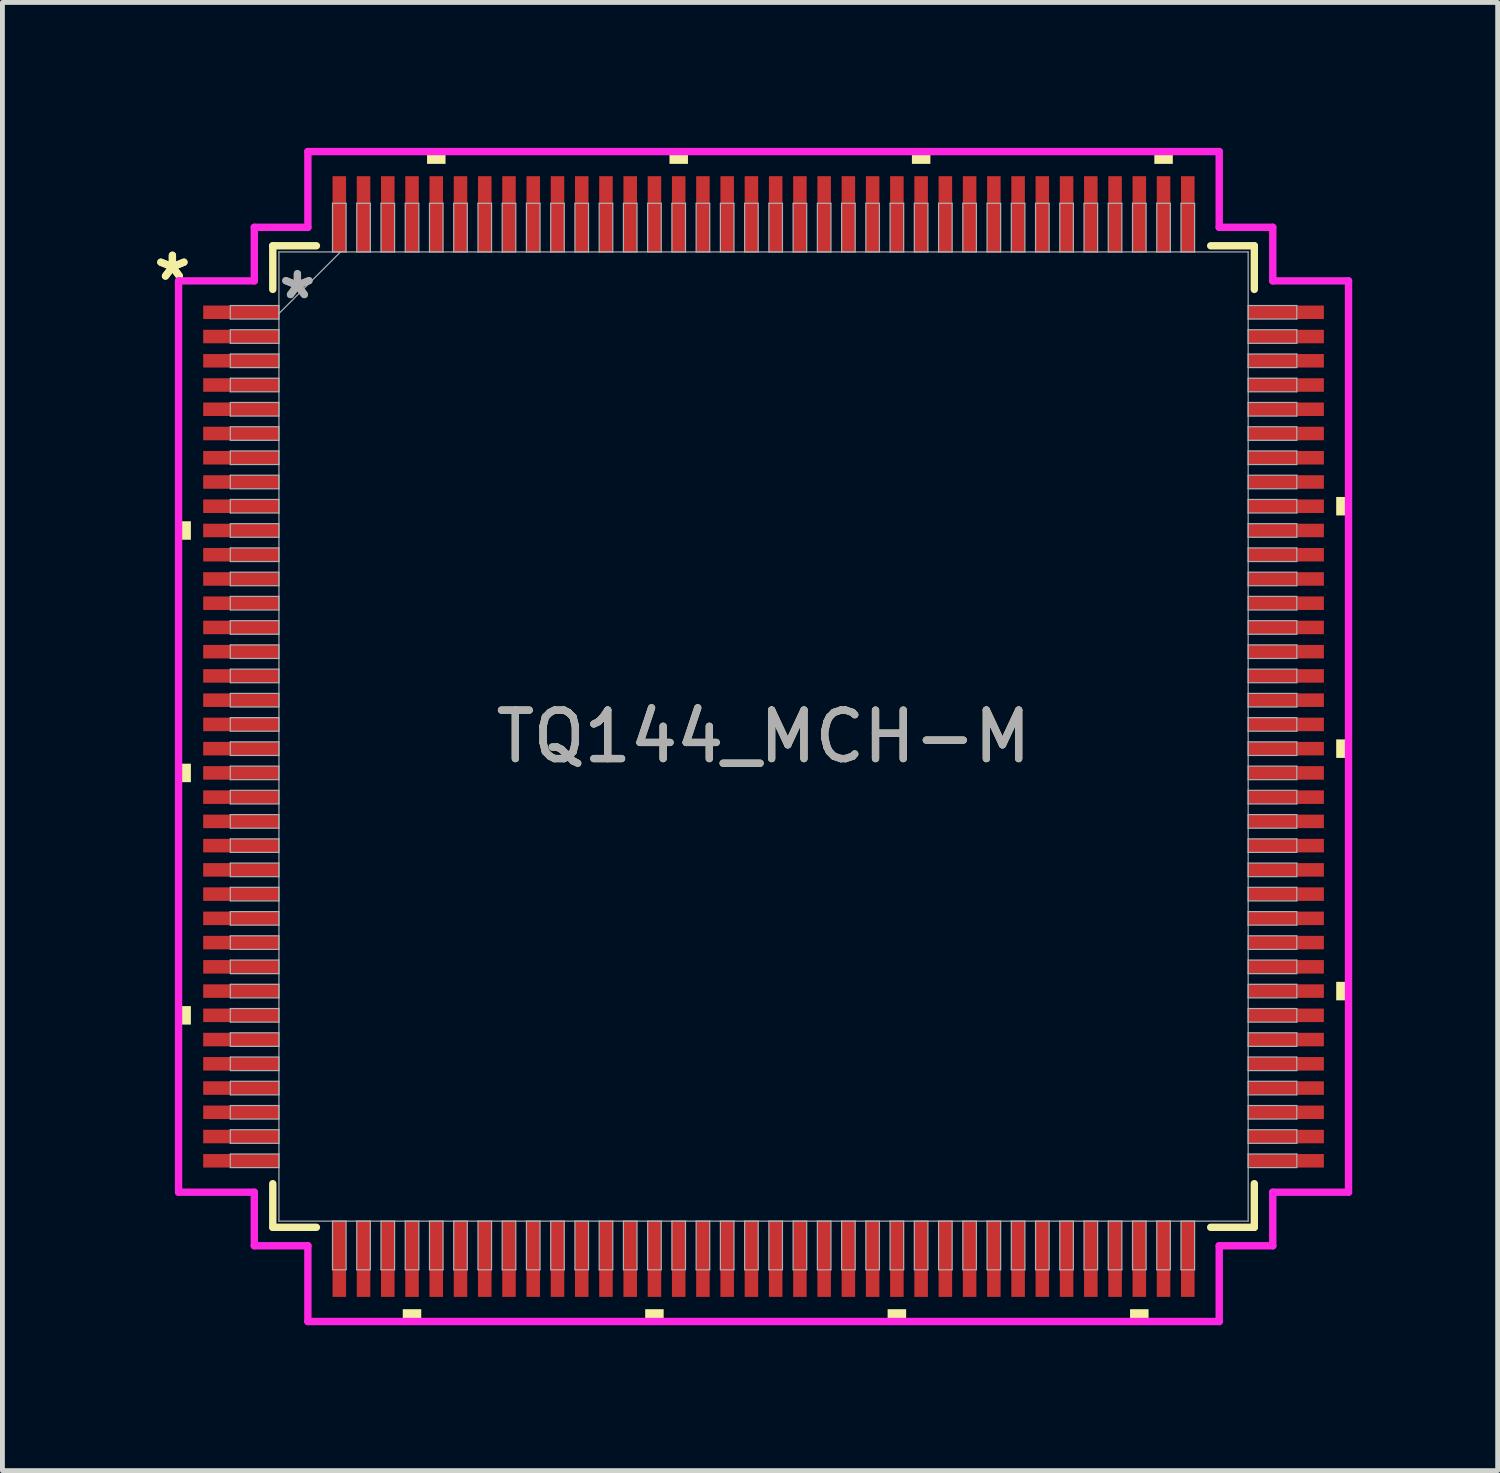
<source format=kicad_pcb>
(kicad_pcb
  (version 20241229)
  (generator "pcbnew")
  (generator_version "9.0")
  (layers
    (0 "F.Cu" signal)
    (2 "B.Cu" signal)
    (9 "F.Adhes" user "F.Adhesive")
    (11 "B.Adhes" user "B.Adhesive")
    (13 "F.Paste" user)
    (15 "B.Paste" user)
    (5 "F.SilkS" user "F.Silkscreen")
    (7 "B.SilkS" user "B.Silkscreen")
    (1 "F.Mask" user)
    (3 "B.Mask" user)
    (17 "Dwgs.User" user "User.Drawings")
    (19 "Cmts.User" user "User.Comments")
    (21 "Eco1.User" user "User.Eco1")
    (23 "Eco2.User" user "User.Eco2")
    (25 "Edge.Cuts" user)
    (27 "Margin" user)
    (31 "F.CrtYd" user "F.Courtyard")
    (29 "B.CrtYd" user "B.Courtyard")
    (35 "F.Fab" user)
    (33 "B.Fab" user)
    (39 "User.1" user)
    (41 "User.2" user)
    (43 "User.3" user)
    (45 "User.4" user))
  (footprint "TQ144_MCH-M"
    (layer "F.Cu")
    (at 12.698 12.141)
    (property "Reference" "TQ144_MCH-M" (at 0 0 0) (unlocked yes) (layer "F.SilkS") (effects (font (size 1 1) (thickness 0.15))))
    (attr smd)
    (fp_line (start -10.122 -10.122) (end -10.122 -9.222) (stroke (width 0.152) (type solid)) (layer "F.SilkS"))
    (fp_line (start -10.122 9.222) (end -10.122 10.122) (stroke (width 0.152) (type solid)) (layer "F.SilkS"))
    (fp_line (start -10.122 10.122) (end -9.222 10.122) (stroke (width 0.152) (type solid)) (layer "F.SilkS"))
    (fp_line (start -9.222 -10.122) (end -10.122 -10.122) (stroke (width 0.152) (type solid)) (layer "F.SilkS"))
    (fp_line (start 9.222 10.122) (end 10.122 10.122) (stroke (width 0.152) (type solid)) (layer "F.SilkS"))
    (fp_line (start 10.122 -10.122) (end 9.222 -10.122) (stroke (width 0.152) (type solid)) (layer "F.SilkS"))
    (fp_line (start 10.122 -9.222) (end 10.122 -10.122) (stroke (width 0.152) (type solid)) (layer "F.SilkS"))
    (fp_line (start 10.122 10.122) (end 10.122 9.222) (stroke (width 0.152) (type solid)) (layer "F.SilkS"))
    (fp_poly (pts (xy -12.065 -4.44) (xy -12.065 -4.059) (xy -11.811 -4.059) (xy -11.811 -4.44)) (stroke (width 0) (type solid)) (fill yes) (layer "F.SilkS"))
    (fp_poly (pts (xy -12.065 0.56) (xy -12.065 0.941) (xy -11.811 0.941) (xy -11.811 0.56)) (stroke (width 0) (type solid)) (fill yes) (layer "F.SilkS"))
    (fp_poly (pts (xy -12.065 5.56) (xy -12.065 5.941) (xy -11.811 5.941) (xy -11.811 5.56)) (stroke (width 0) (type solid)) (fill yes) (layer "F.SilkS"))
    (fp_poly (pts (xy -7.441 11.811) (xy -7.441 12.065) (xy -7.06 12.065) (xy -7.06 11.811)) (stroke (width 0) (type solid)) (fill yes) (layer "F.SilkS"))
    (fp_poly (pts (xy -6.94 -11.811) (xy -6.94 -12.065) (xy -6.559 -12.065) (xy -6.559 -11.811)) (stroke (width 0) (type solid)) (fill yes) (layer "F.SilkS"))
    (fp_poly (pts (xy -2.441 11.811) (xy -2.441 12.065) (xy -2.06 12.065) (xy -2.06 11.811)) (stroke (width 0) (type solid)) (fill yes) (layer "F.SilkS"))
    (fp_poly (pts (xy -1.94 -11.811) (xy -1.94 -12.065) (xy -1.559 -12.065) (xy -1.559 -11.811)) (stroke (width 0) (type solid)) (fill yes) (layer "F.SilkS"))
    (fp_poly (pts (xy 2.559 11.811) (xy 2.559 12.065) (xy 2.941 12.065) (xy 2.941 11.811)) (stroke (width 0) (type solid)) (fill yes) (layer "F.SilkS"))
    (fp_poly (pts (xy 3.06 -11.811) (xy 3.06 -12.065) (xy 3.441 -12.065) (xy 3.441 -11.811)) (stroke (width 0) (type solid)) (fill yes) (layer "F.SilkS"))
    (fp_poly (pts (xy 7.559 11.811) (xy 7.559 12.065) (xy 7.941 12.065) (xy 7.941 11.811)) (stroke (width 0) (type solid)) (fill yes) (layer "F.SilkS"))
    (fp_poly (pts (xy 8.06 -11.811) (xy 8.06 -12.065) (xy 8.441 -12.065) (xy 8.441 -11.811)) (stroke (width 0) (type solid)) (fill yes) (layer "F.SilkS"))
    (fp_poly (pts (xy 12.065 -4.941) (xy 12.065 -4.56) (xy 11.811 -4.56) (xy 11.811 -4.941)) (stroke (width 0) (type solid)) (fill yes) (layer "F.SilkS"))
    (fp_poly (pts (xy 12.065 0.059) (xy 12.065 0.441) (xy 11.811 0.441) (xy 11.811 0.059)) (stroke (width 0) (type solid)) (fill yes) (layer "F.SilkS"))
    (fp_poly (pts (xy 12.065 5.059) (xy 12.065 5.441) (xy 11.811 5.441) (xy 11.811 5.059)) (stroke (width 0) (type solid)) (fill yes) (layer "F.SilkS"))
    (fp_line (start -12.065 -9.398) (end -10.503 -9.398) (stroke (width 0.152) (type solid)) (layer "F.CrtYd"))
    (fp_line (start -12.065 9.398) (end -12.065 -9.398) (stroke (width 0.152) (type solid)) (layer "F.CrtYd"))
    (fp_line (start -10.503 -10.503) (end -9.398 -10.503) (stroke (width 0.152) (type solid)) (layer "F.CrtYd"))
    (fp_line (start -10.503 -9.398) (end -10.503 -10.503) (stroke (width 0.152) (type solid)) (layer "F.CrtYd"))
    (fp_line (start -10.503 9.398) (end -12.065 9.398) (stroke (width 0.152) (type solid)) (layer "F.CrtYd"))
    (fp_line (start -10.503 10.503) (end -10.503 9.398) (stroke (width 0.152) (type solid)) (layer "F.CrtYd"))
    (fp_line (start -10.503 10.503) (end -9.398 10.503) (stroke (width 0.152) (type solid)) (layer "F.CrtYd"))
    (fp_line (start -9.398 -12.065) (end 9.398 -12.065) (stroke (width 0.152) (type solid)) (layer "F.CrtYd"))
    (fp_line (start -9.398 -10.503) (end -9.398 -12.065) (stroke (width 0.152) (type solid)) (layer "F.CrtYd"))
    (fp_line (start -9.398 10.503) (end -9.398 12.065) (stroke (width 0.152) (type solid)) (layer "F.CrtYd"))
    (fp_line (start -9.398 12.065) (end 9.398 12.065) (stroke (width 0.152) (type solid)) (layer "F.CrtYd"))
    (fp_line (start 9.398 -12.065) (end 9.398 -10.503) (stroke (width 0.152) (type solid)) (layer "F.CrtYd"))
    (fp_line (start 9.398 -10.503) (end 10.503 -10.503) (stroke (width 0.152) (type solid)) (layer "F.CrtYd"))
    (fp_line (start 9.398 10.503) (end 10.503 10.503) (stroke (width 0.152) (type solid)) (layer "F.CrtYd"))
    (fp_line (start 9.398 12.065) (end 9.398 10.503) (stroke (width 0.152) (type solid)) (layer "F.CrtYd"))
    (fp_line (start 10.503 -9.398) (end 10.503 -10.503) (stroke (width 0.152) (type solid)) (layer "F.CrtYd"))
    (fp_line (start 10.503 9.398) (end 12.065 9.398) (stroke (width 0.152) (type solid)) (layer "F.CrtYd"))
    (fp_line (start 10.503 10.503) (end 10.503 9.398) (stroke (width 0.152) (type solid)) (layer "F.CrtYd"))
    (fp_line (start 12.065 -9.398) (end 10.503 -9.398) (stroke (width 0.152) (type solid)) (layer "F.CrtYd"))
    (fp_line (start 12.065 9.398) (end 12.065 -9.398) (stroke (width 0.152) (type solid)) (layer "F.CrtYd"))
    (fp_line (start -10.998 -8.89) (end -10.998 -8.61) (stroke (width 0.025) (type solid)) (layer "F.Fab"))
    (fp_line (start -10.998 -8.61) (end -9.995 -8.61) (stroke (width 0.025) (type solid)) (layer "F.Fab"))
    (fp_line (start -10.998 -8.39) (end -10.998 -8.11) (stroke (width 0.025) (type solid)) (layer "F.Fab"))
    (fp_line (start -10.998 -8.11) (end -9.995 -8.11) (stroke (width 0.025) (type solid)) (layer "F.Fab"))
    (fp_line (start -10.998 -7.89) (end -10.998 -7.61) (stroke (width 0.025) (type solid)) (layer "F.Fab"))
    (fp_line (start -10.998 -7.61) (end -9.995 -7.61) (stroke (width 0.025) (type solid)) (layer "F.Fab"))
    (fp_line (start -10.998 -7.39) (end -10.998 -7.11) (stroke (width 0.025) (type solid)) (layer "F.Fab"))
    (fp_line (start -10.998 -7.11) (end -9.995 -7.11) (stroke (width 0.025) (type solid)) (layer "F.Fab"))
    (fp_line (start -10.998 -6.89) (end -10.998 -6.61) (stroke (width 0.025) (type solid)) (layer "F.Fab"))
    (fp_line (start -10.998 -6.61) (end -9.995 -6.61) (stroke (width 0.025) (type solid)) (layer "F.Fab"))
    (fp_line (start -10.998 -6.39) (end -10.998 -6.11) (stroke (width 0.025) (type solid)) (layer "F.Fab"))
    (fp_line (start -10.998 -6.11) (end -9.995 -6.11) (stroke (width 0.025) (type solid)) (layer "F.Fab"))
    (fp_line (start -10.998 -5.89) (end -10.998 -5.61) (stroke (width 0.025) (type solid)) (layer "F.Fab"))
    (fp_line (start -10.998 -5.61) (end -9.995 -5.61) (stroke (width 0.025) (type solid)) (layer "F.Fab"))
    (fp_line (start -10.998 -5.39) (end -10.998 -5.11) (stroke (width 0.025) (type solid)) (layer "F.Fab"))
    (fp_line (start -10.998 -5.11) (end -9.995 -5.11) (stroke (width 0.025) (type solid)) (layer "F.Fab"))
    (fp_line (start -10.998 -4.89) (end -10.998 -4.61) (stroke (width 0.025) (type solid)) (layer "F.Fab"))
    (fp_line (start -10.998 -4.61) (end -9.995 -4.61) (stroke (width 0.025) (type solid)) (layer "F.Fab"))
    (fp_line (start -10.998 -4.39) (end -10.998 -4.11) (stroke (width 0.025) (type solid)) (layer "F.Fab"))
    (fp_line (start -10.998 -4.11) (end -9.995 -4.11) (stroke (width 0.025) (type solid)) (layer "F.Fab"))
    (fp_line (start -10.998 -3.89) (end -10.998 -3.61) (stroke (width 0.025) (type solid)) (layer "F.Fab"))
    (fp_line (start -10.998 -3.61) (end -9.995 -3.61) (stroke (width 0.025) (type solid)) (layer "F.Fab"))
    (fp_line (start -10.998 -3.39) (end -10.998 -3.11) (stroke (width 0.025) (type solid)) (layer "F.Fab"))
    (fp_line (start -10.998 -3.11) (end -9.995 -3.11) (stroke (width 0.025) (type solid)) (layer "F.Fab"))
    (fp_line (start -10.998 -2.89) (end -10.998 -2.61) (stroke (width 0.025) (type solid)) (layer "F.Fab"))
    (fp_line (start -10.998 -2.61) (end -9.995 -2.61) (stroke (width 0.025) (type solid)) (layer "F.Fab"))
    (fp_line (start -10.998 -2.39) (end -10.998 -2.11) (stroke (width 0.025) (type solid)) (layer "F.Fab"))
    (fp_line (start -10.998 -2.11) (end -9.995 -2.11) (stroke (width 0.025) (type solid)) (layer "F.Fab"))
    (fp_line (start -10.998 -1.89) (end -10.998 -1.61) (stroke (width 0.025) (type solid)) (layer "F.Fab"))
    (fp_line (start -10.998 -1.61) (end -9.995 -1.61) (stroke (width 0.025) (type solid)) (layer "F.Fab"))
    (fp_line (start -10.998 -1.39) (end -10.998 -1.11) (stroke (width 0.025) (type solid)) (layer "F.Fab"))
    (fp_line (start -10.998 -1.11) (end -9.995 -1.11) (stroke (width 0.025) (type solid)) (layer "F.Fab"))
    (fp_line (start -10.998 -0.89) (end -10.998 -0.61) (stroke (width 0.025) (type solid)) (layer "F.Fab"))
    (fp_line (start -10.998 -0.61) (end -9.995 -0.61) (stroke (width 0.025) (type solid)) (layer "F.Fab"))
    (fp_line (start -10.998 -0.39) (end -10.998 -0.11) (stroke (width 0.025) (type solid)) (layer "F.Fab"))
    (fp_line (start -10.998 -0.11) (end -9.995 -0.11) (stroke (width 0.025) (type solid)) (layer "F.Fab"))
    (fp_line (start -10.998 0.11) (end -10.998 0.39) (stroke (width 0.025) (type solid)) (layer "F.Fab"))
    (fp_line (start -10.998 0.39) (end -9.995 0.39) (stroke (width 0.025) (type solid)) (layer "F.Fab"))
    (fp_line (start -10.998 0.61) (end -10.998 0.89) (stroke (width 0.025) (type solid)) (layer "F.Fab"))
    (fp_line (start -10.998 0.89) (end -9.995 0.89) (stroke (width 0.025) (type solid)) (layer "F.Fab"))
    (fp_line (start -10.998 1.11) (end -10.998 1.39) (stroke (width 0.025) (type solid)) (layer "F.Fab"))
    (fp_line (start -10.998 1.39) (end -9.995 1.39) (stroke (width 0.025) (type solid)) (layer "F.Fab"))
    (fp_line (start -10.998 1.61) (end -10.998 1.89) (stroke (width 0.025) (type solid)) (layer "F.Fab"))
    (fp_line (start -10.998 1.89) (end -9.995 1.89) (stroke (width 0.025) (type solid)) (layer "F.Fab"))
    (fp_line (start -10.998 2.11) (end -10.998 2.39) (stroke (width 0.025) (type solid)) (layer "F.Fab"))
    (fp_line (start -10.998 2.39) (end -9.995 2.39) (stroke (width 0.025) (type solid)) (layer "F.Fab"))
    (fp_line (start -10.998 2.61) (end -10.998 2.89) (stroke (width 0.025) (type solid)) (layer "F.Fab"))
    (fp_line (start -10.998 2.89) (end -9.995 2.89) (stroke (width 0.025) (type solid)) (layer "F.Fab"))
    (fp_line (start -10.998 3.11) (end -10.998 3.39) (stroke (width 0.025) (type solid)) (layer "F.Fab"))
    (fp_line (start -10.998 3.39) (end -9.995 3.39) (stroke (width 0.025) (type solid)) (layer "F.Fab"))
    (fp_line (start -10.998 3.61) (end -10.998 3.89) (stroke (width 0.025) (type solid)) (layer "F.Fab"))
    (fp_line (start -10.998 3.89) (end -9.995 3.89) (stroke (width 0.025) (type solid)) (layer "F.Fab"))
    (fp_line (start -10.998 4.11) (end -10.998 4.39) (stroke (width 0.025) (type solid)) (layer "F.Fab"))
    (fp_line (start -10.998 4.39) (end -9.995 4.39) (stroke (width 0.025) (type solid)) (layer "F.Fab"))
    (fp_line (start -10.998 4.61) (end -10.998 4.89) (stroke (width 0.025) (type solid)) (layer "F.Fab"))
    (fp_line (start -10.998 4.89) (end -9.995 4.89) (stroke (width 0.025) (type solid)) (layer "F.Fab"))
    (fp_line (start -10.998 5.11) (end -10.998 5.39) (stroke (width 0.025) (type solid)) (layer "F.Fab"))
    (fp_line (start -10.998 5.39) (end -9.995 5.39) (stroke (width 0.025) (type solid)) (layer "F.Fab"))
    (fp_line (start -10.998 5.61) (end -10.998 5.89) (stroke (width 0.025) (type solid)) (layer "F.Fab"))
    (fp_line (start -10.998 5.89) (end -9.995 5.89) (stroke (width 0.025) (type solid)) (layer "F.Fab"))
    (fp_line (start -10.998 6.11) (end -10.998 6.39) (stroke (width 0.025) (type solid)) (layer "F.Fab"))
    (fp_line (start -10.998 6.39) (end -9.995 6.39) (stroke (width 0.025) (type solid)) (layer "F.Fab"))
    (fp_line (start -10.998 6.61) (end -10.998 6.89) (stroke (width 0.025) (type solid)) (layer "F.Fab"))
    (fp_line (start -10.998 6.89) (end -9.995 6.89) (stroke (width 0.025) (type solid)) (layer "F.Fab"))
    (fp_line (start -10.998 7.11) (end -10.998 7.39) (stroke (width 0.025) (type solid)) (layer "F.Fab"))
    (fp_line (start -10.998 7.39) (end -9.995 7.39) (stroke (width 0.025) (type solid)) (layer "F.Fab"))
    (fp_line (start -10.998 7.61) (end -10.998 7.89) (stroke (width 0.025) (type solid)) (layer "F.Fab"))
    (fp_line (start -10.998 7.89) (end -9.995 7.89) (stroke (width 0.025) (type solid)) (layer "F.Fab"))
    (fp_line (start -10.998 8.11) (end -10.998 8.39) (stroke (width 0.025) (type solid)) (layer "F.Fab"))
    (fp_line (start -10.998 8.39) (end -9.995 8.39) (stroke (width 0.025) (type solid)) (layer "F.Fab"))
    (fp_line (start -10.998 8.61) (end -10.998 8.89) (stroke (width 0.025) (type solid)) (layer "F.Fab"))
    (fp_line (start -10.998 8.89) (end -9.995 8.89) (stroke (width 0.025) (type solid)) (layer "F.Fab"))
    (fp_line (start -9.995 -9.995) (end -9.995 9.995) (stroke (width 0.025) (type solid)) (layer "F.Fab"))
    (fp_line (start -9.995 -8.89) (end -10.998 -8.89) (stroke (width 0.025) (type solid)) (layer "F.Fab"))
    (fp_line (start -9.995 -8.725) (end -8.725 -9.995) (stroke (width 0.025) (type solid)) (layer "F.Fab"))
    (fp_line (start -9.995 -8.61) (end -9.995 -8.89) (stroke (width 0.025) (type solid)) (layer "F.Fab"))
    (fp_line (start -9.995 -8.39) (end -10.998 -8.39) (stroke (width 0.025) (type solid)) (layer "F.Fab"))
    (fp_line (start -9.995 -8.11) (end -9.995 -8.39) (stroke (width 0.025) (type solid)) (layer "F.Fab"))
    (fp_line (start -9.995 -7.89) (end -10.998 -7.89) (stroke (width 0.025) (type solid)) (layer "F.Fab"))
    (fp_line (start -9.995 -7.61) (end -9.995 -7.89) (stroke (width 0.025) (type solid)) (layer "F.Fab"))
    (fp_line (start -9.995 -7.39) (end -10.998 -7.39) (stroke (width 0.025) (type solid)) (layer "F.Fab"))
    (fp_line (start -9.995 -7.11) (end -9.995 -7.39) (stroke (width 0.025) (type solid)) (layer "F.Fab"))
    (fp_line (start -9.995 -6.89) (end -10.998 -6.89) (stroke (width 0.025) (type solid)) (layer "F.Fab"))
    (fp_line (start -9.995 -6.61) (end -9.995 -6.89) (stroke (width 0.025) (type solid)) (layer "F.Fab"))
    (fp_line (start -9.995 -6.39) (end -10.998 -6.39) (stroke (width 0.025) (type solid)) (layer "F.Fab"))
    (fp_line (start -9.995 -6.11) (end -9.995 -6.39) (stroke (width 0.025) (type solid)) (layer "F.Fab"))
    (fp_line (start -9.995 -5.89) (end -10.998 -5.89) (stroke (width 0.025) (type solid)) (layer "F.Fab"))
    (fp_line (start -9.995 -5.61) (end -9.995 -5.89) (stroke (width 0.025) (type solid)) (layer "F.Fab"))
    (fp_line (start -9.995 -5.39) (end -10.998 -5.39) (stroke (width 0.025) (type solid)) (layer "F.Fab"))
    (fp_line (start -9.995 -5.11) (end -9.995 -5.39) (stroke (width 0.025) (type solid)) (layer "F.Fab"))
    (fp_line (start -9.995 -4.89) (end -10.998 -4.89) (stroke (width 0.025) (type solid)) (layer "F.Fab"))
    (fp_line (start -9.995 -4.61) (end -9.995 -4.89) (stroke (width 0.025) (type solid)) (layer "F.Fab"))
    (fp_line (start -9.995 -4.39) (end -10.998 -4.39) (stroke (width 0.025) (type solid)) (layer "F.Fab"))
    (fp_line (start -9.995 -4.11) (end -9.995 -4.39) (stroke (width 0.025) (type solid)) (layer "F.Fab"))
    (fp_line (start -9.995 -3.89) (end -10.998 -3.89) (stroke (width 0.025) (type solid)) (layer "F.Fab"))
    (fp_line (start -9.995 -3.61) (end -9.995 -3.89) (stroke (width 0.025) (type solid)) (layer "F.Fab"))
    (fp_line (start -9.995 -3.39) (end -10.998 -3.39) (stroke (width 0.025) (type solid)) (layer "F.Fab"))
    (fp_line (start -9.995 -3.11) (end -9.995 -3.39) (stroke (width 0.025) (type solid)) (layer "F.Fab"))
    (fp_line (start -9.995 -2.89) (end -10.998 -2.89) (stroke (width 0.025) (type solid)) (layer "F.Fab"))
    (fp_line (start -9.995 -2.61) (end -9.995 -2.89) (stroke (width 0.025) (type solid)) (layer "F.Fab"))
    (fp_line (start -9.995 -2.39) (end -10.998 -2.39) (stroke (width 0.025) (type solid)) (layer "F.Fab"))
    (fp_line (start -9.995 -2.11) (end -9.995 -2.39) (stroke (width 0.025) (type solid)) (layer "F.Fab"))
    (fp_line (start -9.995 -1.89) (end -10.998 -1.89) (stroke (width 0.025) (type solid)) (layer "F.Fab"))
    (fp_line (start -9.995 -1.61) (end -9.995 -1.89) (stroke (width 0.025) (type solid)) (layer "F.Fab"))
    (fp_line (start -9.995 -1.39) (end -10.998 -1.39) (stroke (width 0.025) (type solid)) (layer "F.Fab"))
    (fp_line (start -9.995 -1.11) (end -9.995 -1.39) (stroke (width 0.025) (type solid)) (layer "F.Fab"))
    (fp_line (start -9.995 -0.89) (end -10.998 -0.89) (stroke (width 0.025) (type solid)) (layer "F.Fab"))
    (fp_line (start -9.995 -0.61) (end -9.995 -0.89) (stroke (width 0.025) (type solid)) (layer "F.Fab"))
    (fp_line (start -9.995 -0.39) (end -10.998 -0.39) (stroke (width 0.025) (type solid)) (layer "F.Fab"))
    (fp_line (start -9.995 -0.11) (end -9.995 -0.39) (stroke (width 0.025) (type solid)) (layer "F.Fab"))
    (fp_line (start -9.995 0.11) (end -10.998 0.11) (stroke (width 0.025) (type solid)) (layer "F.Fab"))
    (fp_line (start -9.995 0.39) (end -9.995 0.11) (stroke (width 0.025) (type solid)) (layer "F.Fab"))
    (fp_line (start -9.995 0.61) (end -10.998 0.61) (stroke (width 0.025) (type solid)) (layer "F.Fab"))
    (fp_line (start -9.995 0.89) (end -9.995 0.61) (stroke (width 0.025) (type solid)) (layer "F.Fab"))
    (fp_line (start -9.995 1.11) (end -10.998 1.11) (stroke (width 0.025) (type solid)) (layer "F.Fab"))
    (fp_line (start -9.995 1.39) (end -9.995 1.11) (stroke (width 0.025) (type solid)) (layer "F.Fab"))
    (fp_line (start -9.995 1.61) (end -10.998 1.61) (stroke (width 0.025) (type solid)) (layer "F.Fab"))
    (fp_line (start -9.995 1.89) (end -9.995 1.61) (stroke (width 0.025) (type solid)) (layer "F.Fab"))
    (fp_line (start -9.995 2.11) (end -10.998 2.11) (stroke (width 0.025) (type solid)) (layer "F.Fab"))
    (fp_line (start -9.995 2.39) (end -9.995 2.11) (stroke (width 0.025) (type solid)) (layer "F.Fab"))
    (fp_line (start -9.995 2.61) (end -10.998 2.61) (stroke (width 0.025) (type solid)) (layer "F.Fab"))
    (fp_line (start -9.995 2.89) (end -9.995 2.61) (stroke (width 0.025) (type solid)) (layer "F.Fab"))
    (fp_line (start -9.995 3.11) (end -10.998 3.11) (stroke (width 0.025) (type solid)) (layer "F.Fab"))
    (fp_line (start -9.995 3.39) (end -9.995 3.11) (stroke (width 0.025) (type solid)) (layer "F.Fab"))
    (fp_line (start -9.995 3.61) (end -10.998 3.61) (stroke (width 0.025) (type solid)) (layer "F.Fab"))
    (fp_line (start -9.995 3.89) (end -9.995 3.61) (stroke (width 0.025) (type solid)) (layer "F.Fab"))
    (fp_line (start -9.995 4.11) (end -10.998 4.11) (stroke (width 0.025) (type solid)) (layer "F.Fab"))
    (fp_line (start -9.995 4.39) (end -9.995 4.11) (stroke (width 0.025) (type solid)) (layer "F.Fab"))
    (fp_line (start -9.995 4.61) (end -10.998 4.61) (stroke (width 0.025) (type solid)) (layer "F.Fab"))
    (fp_line (start -9.995 4.89) (end -9.995 4.61) (stroke (width 0.025) (type solid)) (layer "F.Fab"))
    (fp_line (start -9.995 5.11) (end -10.998 5.11) (stroke (width 0.025) (type solid)) (layer "F.Fab"))
    (fp_line (start -9.995 5.39) (end -9.995 5.11) (stroke (width 0.025) (type solid)) (layer "F.Fab"))
    (fp_line (start -9.995 5.61) (end -10.998 5.61) (stroke (width 0.025) (type solid)) (layer "F.Fab"))
    (fp_line (start -9.995 5.89) (end -9.995 5.61) (stroke (width 0.025) (type solid)) (layer "F.Fab"))
    (fp_line (start -9.995 6.11) (end -10.998 6.11) (stroke (width 0.025) (type solid)) (layer "F.Fab"))
    (fp_line (start -9.995 6.39) (end -9.995 6.11) (stroke (width 0.025) (type solid)) (layer "F.Fab"))
    (fp_line (start -9.995 6.61) (end -10.998 6.61) (stroke (width 0.025) (type solid)) (layer "F.Fab"))
    (fp_line (start -9.995 6.89) (end -9.995 6.61) (stroke (width 0.025) (type solid)) (layer "F.Fab"))
    (fp_line (start -9.995 7.11) (end -10.998 7.11) (stroke (width 0.025) (type solid)) (layer "F.Fab"))
    (fp_line (start -9.995 7.39) (end -9.995 7.11) (stroke (width 0.025) (type solid)) (layer "F.Fab"))
    (fp_line (start -9.995 7.61) (end -10.998 7.61) (stroke (width 0.025) (type solid)) (layer "F.Fab"))
    (fp_line (start -9.995 7.89) (end -9.995 7.61) (stroke (width 0.025) (type solid)) (layer "F.Fab"))
    (fp_line (start -9.995 8.11) (end -10.998 8.11) (stroke (width 0.025) (type solid)) (layer "F.Fab"))
    (fp_line (start -9.995 8.39) (end -9.995 8.11) (stroke (width 0.025) (type solid)) (layer "F.Fab"))
    (fp_line (start -9.995 8.61) (end -10.998 8.61) (stroke (width 0.025) (type solid)) (layer "F.Fab"))
    (fp_line (start -9.995 8.89) (end -9.995 8.61) (stroke (width 0.025) (type solid)) (layer "F.Fab"))
    (fp_line (start -9.995 9.995) (end 9.995 9.995) (stroke (width 0.025) (type solid)) (layer "F.Fab"))
    (fp_line (start -8.89 -10.998) (end -8.89 -9.995) (stroke (width 0.025) (type solid)) (layer "F.Fab"))
    (fp_line (start -8.89 -9.995) (end -8.61 -9.995) (stroke (width 0.025) (type solid)) (layer "F.Fab"))
    (fp_line (start -8.89 9.995) (end -8.89 10.998) (stroke (width 0.025) (type solid)) (layer "F.Fab"))
    (fp_line (start -8.89 10.998) (end -8.61 10.998) (stroke (width 0.025) (type solid)) (layer "F.Fab"))
    (fp_line (start -8.61 -10.998) (end -8.89 -10.998) (stroke (width 0.025) (type solid)) (layer "F.Fab"))
    (fp_line (start -8.61 -9.995) (end -8.61 -10.998) (stroke (width 0.025) (type solid)) (layer "F.Fab"))
    (fp_line (start -8.61 9.995) (end -8.89 9.995) (stroke (width 0.025) (type solid)) (layer "F.Fab"))
    (fp_line (start -8.61 10.998) (end -8.61 9.995) (stroke (width 0.025) (type solid)) (layer "F.Fab"))
    (fp_line (start -8.39 -10.998) (end -8.39 -9.995) (stroke (width 0.025) (type solid)) (layer "F.Fab"))
    (fp_line (start -8.39 -9.995) (end -8.11 -9.995) (stroke (width 0.025) (type solid)) (layer "F.Fab"))
    (fp_line (start -8.39 9.995) (end -8.39 10.998) (stroke (width 0.025) (type solid)) (layer "F.Fab"))
    (fp_line (start -8.39 10.998) (end -8.11 10.998) (stroke (width 0.025) (type solid)) (layer "F.Fab"))
    (fp_line (start -8.11 -10.998) (end -8.39 -10.998) (stroke (width 0.025) (type solid)) (layer "F.Fab"))
    (fp_line (start -8.11 -9.995) (end -8.11 -10.998) (stroke (width 0.025) (type solid)) (layer "F.Fab"))
    (fp_line (start -8.11 9.995) (end -8.39 9.995) (stroke (width 0.025) (type solid)) (layer "F.Fab"))
    (fp_line (start -8.11 10.998) (end -8.11 9.995) (stroke (width 0.025) (type solid)) (layer "F.Fab"))
    (fp_line (start -7.89 -10.998) (end -7.89 -9.995) (stroke (width 0.025) (type solid)) (layer "F.Fab"))
    (fp_line (start -7.89 -9.995) (end -7.61 -9.995) (stroke (width 0.025) (type solid)) (layer "F.Fab"))
    (fp_line (start -7.89 9.995) (end -7.89 10.998) (stroke (width 0.025) (type solid)) (layer "F.Fab"))
    (fp_line (start -7.89 10.998) (end -7.61 10.998) (stroke (width 0.025) (type solid)) (layer "F.Fab"))
    (fp_line (start -7.61 -10.998) (end -7.89 -10.998) (stroke (width 0.025) (type solid)) (layer "F.Fab"))
    (fp_line (start -7.61 -9.995) (end -7.61 -10.998) (stroke (width 0.025) (type solid)) (layer "F.Fab"))
    (fp_line (start -7.61 9.995) (end -7.89 9.995) (stroke (width 0.025) (type solid)) (layer "F.Fab"))
    (fp_line (start -7.61 10.998) (end -7.61 9.995) (stroke (width 0.025) (type solid)) (layer "F.Fab"))
    (fp_line (start -7.39 -10.998) (end -7.39 -9.995) (stroke (width 0.025) (type solid)) (layer "F.Fab"))
    (fp_line (start -7.39 -9.995) (end -7.11 -9.995) (stroke (width 0.025) (type solid)) (layer "F.Fab"))
    (fp_line (start -7.39 9.995) (end -7.39 10.998) (stroke (width 0.025) (type solid)) (layer "F.Fab"))
    (fp_line (start -7.39 10.998) (end -7.11 10.998) (stroke (width 0.025) (type solid)) (layer "F.Fab"))
    (fp_line (start -7.11 -10.998) (end -7.39 -10.998) (stroke (width 0.025) (type solid)) (layer "F.Fab"))
    (fp_line (start -7.11 -9.995) (end -7.11 -10.998) (stroke (width 0.025) (type solid)) (layer "F.Fab"))
    (fp_line (start -7.11 9.995) (end -7.39 9.995) (stroke (width 0.025) (type solid)) (layer "F.Fab"))
    (fp_line (start -7.11 10.998) (end -7.11 9.995) (stroke (width 0.025) (type solid)) (layer "F.Fab"))
    (fp_line (start -6.89 -10.998) (end -6.89 -9.995) (stroke (width 0.025) (type solid)) (layer "F.Fab"))
    (fp_line (start -6.89 -9.995) (end -6.61 -9.995) (stroke (width 0.025) (type solid)) (layer "F.Fab"))
    (fp_line (start -6.89 9.995) (end -6.89 10.998) (stroke (width 0.025) (type solid)) (layer "F.Fab"))
    (fp_line (start -6.89 10.998) (end -6.61 10.998) (stroke (width 0.025) (type solid)) (layer "F.Fab"))
    (fp_line (start -6.61 -10.998) (end -6.89 -10.998) (stroke (width 0.025) (type solid)) (layer "F.Fab"))
    (fp_line (start -6.61 -9.995) (end -6.61 -10.998) (stroke (width 0.025) (type solid)) (layer "F.Fab"))
    (fp_line (start -6.61 9.995) (end -6.89 9.995) (stroke (width 0.025) (type solid)) (layer "F.Fab"))
    (fp_line (start -6.61 10.998) (end -6.61 9.995) (stroke (width 0.025) (type solid)) (layer "F.Fab"))
    (fp_line (start -6.39 -10.998) (end -6.39 -9.995) (stroke (width 0.025) (type solid)) (layer "F.Fab"))
    (fp_line (start -6.39 -9.995) (end -6.11 -9.995) (stroke (width 0.025) (type solid)) (layer "F.Fab"))
    (fp_line (start -6.39 9.995) (end -6.39 10.998) (stroke (width 0.025) (type solid)) (layer "F.Fab"))
    (fp_line (start -6.39 10.998) (end -6.11 10.998) (stroke (width 0.025) (type solid)) (layer "F.Fab"))
    (fp_line (start -6.11 -10.998) (end -6.39 -10.998) (stroke (width 0.025) (type solid)) (layer "F.Fab"))
    (fp_line (start -6.11 -9.995) (end -6.11 -10.998) (stroke (width 0.025) (type solid)) (layer "F.Fab"))
    (fp_line (start -6.11 9.995) (end -6.39 9.995) (stroke (width 0.025) (type solid)) (layer "F.Fab"))
    (fp_line (start -6.11 10.998) (end -6.11 9.995) (stroke (width 0.025) (type solid)) (layer "F.Fab"))
    (fp_line (start -5.89 -10.998) (end -5.89 -9.995) (stroke (width 0.025) (type solid)) (layer "F.Fab"))
    (fp_line (start -5.89 -9.995) (end -5.61 -9.995) (stroke (width 0.025) (type solid)) (layer "F.Fab"))
    (fp_line (start -5.89 9.995) (end -5.89 10.998) (stroke (width 0.025) (type solid)) (layer "F.Fab"))
    (fp_line (start -5.89 10.998) (end -5.61 10.998) (stroke (width 0.025) (type solid)) (layer "F.Fab"))
    (fp_line (start -5.61 -10.998) (end -5.89 -10.998) (stroke (width 0.025) (type solid)) (layer "F.Fab"))
    (fp_line (start -5.61 -9.995) (end -5.61 -10.998) (stroke (width 0.025) (type solid)) (layer "F.Fab"))
    (fp_line (start -5.61 9.995) (end -5.89 9.995) (stroke (width 0.025) (type solid)) (layer "F.Fab"))
    (fp_line (start -5.61 10.998) (end -5.61 9.995) (stroke (width 0.025) (type solid)) (layer "F.Fab"))
    (fp_line (start -5.39 -10.998) (end -5.39 -9.995) (stroke (width 0.025) (type solid)) (layer "F.Fab"))
    (fp_line (start -5.39 -9.995) (end -5.11 -9.995) (stroke (width 0.025) (type solid)) (layer "F.Fab"))
    (fp_line (start -5.39 9.995) (end -5.39 10.998) (stroke (width 0.025) (type solid)) (layer "F.Fab"))
    (fp_line (start -5.39 10.998) (end -5.11 10.998) (stroke (width 0.025) (type solid)) (layer "F.Fab"))
    (fp_line (start -5.11 -10.998) (end -5.39 -10.998) (stroke (width 0.025) (type solid)) (layer "F.Fab"))
    (fp_line (start -5.11 -9.995) (end -5.11 -10.998) (stroke (width 0.025) (type solid)) (layer "F.Fab"))
    (fp_line (start -5.11 9.995) (end -5.39 9.995) (stroke (width 0.025) (type solid)) (layer "F.Fab"))
    (fp_line (start -5.11 10.998) (end -5.11 9.995) (stroke (width 0.025) (type solid)) (layer "F.Fab"))
    (fp_line (start -4.89 -10.998) (end -4.89 -9.995) (stroke (width 0.025) (type solid)) (layer "F.Fab"))
    (fp_line (start -4.89 -9.995) (end -4.61 -9.995) (stroke (width 0.025) (type solid)) (layer "F.Fab"))
    (fp_line (start -4.89 9.995) (end -4.89 10.998) (stroke (width 0.025) (type solid)) (layer "F.Fab"))
    (fp_line (start -4.89 10.998) (end -4.61 10.998) (stroke (width 0.025) (type solid)) (layer "F.Fab"))
    (fp_line (start -4.61 -10.998) (end -4.89 -10.998) (stroke (width 0.025) (type solid)) (layer "F.Fab"))
    (fp_line (start -4.61 -9.995) (end -4.61 -10.998) (stroke (width 0.025) (type solid)) (layer "F.Fab"))
    (fp_line (start -4.61 9.995) (end -4.89 9.995) (stroke (width 0.025) (type solid)) (layer "F.Fab"))
    (fp_line (start -4.61 10.998) (end -4.61 9.995) (stroke (width 0.025) (type solid)) (layer "F.Fab"))
    (fp_line (start -4.39 -10.998) (end -4.39 -9.995) (stroke (width 0.025) (type solid)) (layer "F.Fab"))
    (fp_line (start -4.39 -9.995) (end -4.11 -9.995) (stroke (width 0.025) (type solid)) (layer "F.Fab"))
    (fp_line (start -4.39 9.995) (end -4.39 10.998) (stroke (width 0.025) (type solid)) (layer "F.Fab"))
    (fp_line (start -4.39 10.998) (end -4.11 10.998) (stroke (width 0.025) (type solid)) (layer "F.Fab"))
    (fp_line (start -4.11 -10.998) (end -4.39 -10.998) (stroke (width 0.025) (type solid)) (layer "F.Fab"))
    (fp_line (start -4.11 -9.995) (end -4.11 -10.998) (stroke (width 0.025) (type solid)) (layer "F.Fab"))
    (fp_line (start -4.11 9.995) (end -4.39 9.995) (stroke (width 0.025) (type solid)) (layer "F.Fab"))
    (fp_line (start -4.11 10.998) (end -4.11 9.995) (stroke (width 0.025) (type solid)) (layer "F.Fab"))
    (fp_line (start -3.89 -10.998) (end -3.89 -9.995) (stroke (width 0.025) (type solid)) (layer "F.Fab"))
    (fp_line (start -3.89 -9.995) (end -3.61 -9.995) (stroke (width 0.025) (type solid)) (layer "F.Fab"))
    (fp_line (start -3.89 9.995) (end -3.89 10.998) (stroke (width 0.025) (type solid)) (layer "F.Fab"))
    (fp_line (start -3.89 10.998) (end -3.61 10.998) (stroke (width 0.025) (type solid)) (layer "F.Fab"))
    (fp_line (start -3.61 -10.998) (end -3.89 -10.998) (stroke (width 0.025) (type solid)) (layer "F.Fab"))
    (fp_line (start -3.61 -9.995) (end -3.61 -10.998) (stroke (width 0.025) (type solid)) (layer "F.Fab"))
    (fp_line (start -3.61 9.995) (end -3.89 9.995) (stroke (width 0.025) (type solid)) (layer "F.Fab"))
    (fp_line (start -3.61 10.998) (end -3.61 9.995) (stroke (width 0.025) (type solid)) (layer "F.Fab"))
    (fp_line (start -3.39 -10.998) (end -3.39 -9.995) (stroke (width 0.025) (type solid)) (layer "F.Fab"))
    (fp_line (start -3.39 -9.995) (end -3.11 -9.995) (stroke (width 0.025) (type solid)) (layer "F.Fab"))
    (fp_line (start -3.39 9.995) (end -3.39 10.998) (stroke (width 0.025) (type solid)) (layer "F.Fab"))
    (fp_line (start -3.39 10.998) (end -3.11 10.998) (stroke (width 0.025) (type solid)) (layer "F.Fab"))
    (fp_line (start -3.11 -10.998) (end -3.39 -10.998) (stroke (width 0.025) (type solid)) (layer "F.Fab"))
    (fp_line (start -3.11 -9.995) (end -3.11 -10.998) (stroke (width 0.025) (type solid)) (layer "F.Fab"))
    (fp_line (start -3.11 9.995) (end -3.39 9.995) (stroke (width 0.025) (type solid)) (layer "F.Fab"))
    (fp_line (start -3.11 10.998) (end -3.11 9.995) (stroke (width 0.025) (type solid)) (layer "F.Fab"))
    (fp_line (start -2.89 -10.998) (end -2.89 -9.995) (stroke (width 0.025) (type solid)) (layer "F.Fab"))
    (fp_line (start -2.89 -9.995) (end -2.61 -9.995) (stroke (width 0.025) (type solid)) (layer "F.Fab"))
    (fp_line (start -2.89 9.995) (end -2.89 10.998) (stroke (width 0.025) (type solid)) (layer "F.Fab"))
    (fp_line (start -2.89 10.998) (end -2.61 10.998) (stroke (width 0.025) (type solid)) (layer "F.Fab"))
    (fp_line (start -2.61 -10.998) (end -2.89 -10.998) (stroke (width 0.025) (type solid)) (layer "F.Fab"))
    (fp_line (start -2.61 -9.995) (end -2.61 -10.998) (stroke (width 0.025) (type solid)) (layer "F.Fab"))
    (fp_line (start -2.61 9.995) (end -2.89 9.995) (stroke (width 0.025) (type solid)) (layer "F.Fab"))
    (fp_line (start -2.61 10.998) (end -2.61 9.995) (stroke (width 0.025) (type solid)) (layer "F.Fab"))
    (fp_line (start -2.39 -10.998) (end -2.39 -9.995) (stroke (width 0.025) (type solid)) (layer "F.Fab"))
    (fp_line (start -2.39 -9.995) (end -2.11 -9.995) (stroke (width 0.025) (type solid)) (layer "F.Fab"))
    (fp_line (start -2.39 9.995) (end -2.39 10.998) (stroke (width 0.025) (type solid)) (layer "F.Fab"))
    (fp_line (start -2.39 10.998) (end -2.11 10.998) (stroke (width 0.025) (type solid)) (layer "F.Fab"))
    (fp_line (start -2.11 -10.998) (end -2.39 -10.998) (stroke (width 0.025) (type solid)) (layer "F.Fab"))
    (fp_line (start -2.11 -9.995) (end -2.11 -10.998) (stroke (width 0.025) (type solid)) (layer "F.Fab"))
    (fp_line (start -2.11 9.995) (end -2.39 9.995) (stroke (width 0.025) (type solid)) (layer "F.Fab"))
    (fp_line (start -2.11 10.998) (end -2.11 9.995) (stroke (width 0.025) (type solid)) (layer "F.Fab"))
    (fp_line (start -1.89 -10.998) (end -1.89 -9.995) (stroke (width 0.025) (type solid)) (layer "F.Fab"))
    (fp_line (start -1.89 -9.995) (end -1.61 -9.995) (stroke (width 0.025) (type solid)) (layer "F.Fab"))
    (fp_line (start -1.89 9.995) (end -1.89 10.998) (stroke (width 0.025) (type solid)) (layer "F.Fab"))
    (fp_line (start -1.89 10.998) (end -1.61 10.998) (stroke (width 0.025) (type solid)) (layer "F.Fab"))
    (fp_line (start -1.61 -10.998) (end -1.89 -10.998) (stroke (width 0.025) (type solid)) (layer "F.Fab"))
    (fp_line (start -1.61 -9.995) (end -1.61 -10.998) (stroke (width 0.025) (type solid)) (layer "F.Fab"))
    (fp_line (start -1.61 9.995) (end -1.89 9.995) (stroke (width 0.025) (type solid)) (layer "F.Fab"))
    (fp_line (start -1.61 10.998) (end -1.61 9.995) (stroke (width 0.025) (type solid)) (layer "F.Fab"))
    (fp_line (start -1.39 -10.998) (end -1.39 -9.995) (stroke (width 0.025) (type solid)) (layer "F.Fab"))
    (fp_line (start -1.39 -9.995) (end -1.11 -9.995) (stroke (width 0.025) (type solid)) (layer "F.Fab"))
    (fp_line (start -1.39 9.995) (end -1.39 10.998) (stroke (width 0.025) (type solid)) (layer "F.Fab"))
    (fp_line (start -1.39 10.998) (end -1.11 10.998) (stroke (width 0.025) (type solid)) (layer "F.Fab"))
    (fp_line (start -1.11 -10.998) (end -1.39 -10.998) (stroke (width 0.025) (type solid)) (layer "F.Fab"))
    (fp_line (start -1.11 -9.995) (end -1.11 -10.998) (stroke (width 0.025) (type solid)) (layer "F.Fab"))
    (fp_line (start -1.11 9.995) (end -1.39 9.995) (stroke (width 0.025) (type solid)) (layer "F.Fab"))
    (fp_line (start -1.11 10.998) (end -1.11 9.995) (stroke (width 0.025) (type solid)) (layer "F.Fab"))
    (fp_line (start -0.89 -10.998) (end -0.89 -9.995) (stroke (width 0.025) (type solid)) (layer "F.Fab"))
    (fp_line (start -0.89 -9.995) (end -0.61 -9.995) (stroke (width 0.025) (type solid)) (layer "F.Fab"))
    (fp_line (start -0.89 9.995) (end -0.89 10.998) (stroke (width 0.025) (type solid)) (layer "F.Fab"))
    (fp_line (start -0.89 10.998) (end -0.61 10.998) (stroke (width 0.025) (type solid)) (layer "F.Fab"))
    (fp_line (start -0.61 -10.998) (end -0.89 -10.998) (stroke (width 0.025) (type solid)) (layer "F.Fab"))
    (fp_line (start -0.61 -9.995) (end -0.61 -10.998) (stroke (width 0.025) (type solid)) (layer "F.Fab"))
    (fp_line (start -0.61 9.995) (end -0.89 9.995) (stroke (width 0.025) (type solid)) (layer "F.Fab"))
    (fp_line (start -0.61 10.998) (end -0.61 9.995) (stroke (width 0.025) (type solid)) (layer "F.Fab"))
    (fp_line (start -0.39 -10.998) (end -0.39 -9.995) (stroke (width 0.025) (type solid)) (layer "F.Fab"))
    (fp_line (start -0.39 -9.995) (end -0.11 -9.995) (stroke (width 0.025) (type solid)) (layer "F.Fab"))
    (fp_line (start -0.39 9.995) (end -0.39 10.998) (stroke (width 0.025) (type solid)) (layer "F.Fab"))
    (fp_line (start -0.39 10.998) (end -0.11 10.998) (stroke (width 0.025) (type solid)) (layer "F.Fab"))
    (fp_line (start -0.11 -10.998) (end -0.39 -10.998) (stroke (width 0.025) (type solid)) (layer "F.Fab"))
    (fp_line (start -0.11 -9.995) (end -0.11 -10.998) (stroke (width 0.025) (type solid)) (layer "F.Fab"))
    (fp_line (start -0.11 9.995) (end -0.39 9.995) (stroke (width 0.025) (type solid)) (layer "F.Fab"))
    (fp_line (start -0.11 10.998) (end -0.11 9.995) (stroke (width 0.025) (type solid)) (layer "F.Fab"))
    (fp_line (start 0.11 -10.998) (end 0.11 -9.995) (stroke (width 0.025) (type solid)) (layer "F.Fab"))
    (fp_line (start 0.11 -9.995) (end 0.39 -9.995) (stroke (width 0.025) (type solid)) (layer "F.Fab"))
    (fp_line (start 0.11 9.995) (end 0.11 10.998) (stroke (width 0.025) (type solid)) (layer "F.Fab"))
    (fp_line (start 0.11 10.998) (end 0.39 10.998) (stroke (width 0.025) (type solid)) (layer "F.Fab"))
    (fp_line (start 0.39 -10.998) (end 0.11 -10.998) (stroke (width 0.025) (type solid)) (layer "F.Fab"))
    (fp_line (start 0.39 -9.995) (end 0.39 -10.998) (stroke (width 0.025) (type solid)) (layer "F.Fab"))
    (fp_line (start 0.39 9.995) (end 0.11 9.995) (stroke (width 0.025) (type solid)) (layer "F.Fab"))
    (fp_line (start 0.39 10.998) (end 0.39 9.995) (stroke (width 0.025) (type solid)) (layer "F.Fab"))
    (fp_line (start 0.61 -10.998) (end 0.61 -9.995) (stroke (width 0.025) (type solid)) (layer "F.Fab"))
    (fp_line (start 0.61 -9.995) (end 0.89 -9.995) (stroke (width 0.025) (type solid)) (layer "F.Fab"))
    (fp_line (start 0.61 9.995) (end 0.61 10.998) (stroke (width 0.025) (type solid)) (layer "F.Fab"))
    (fp_line (start 0.61 10.998) (end 0.89 10.998) (stroke (width 0.025) (type solid)) (layer "F.Fab"))
    (fp_line (start 0.89 -10.998) (end 0.61 -10.998) (stroke (width 0.025) (type solid)) (layer "F.Fab"))
    (fp_line (start 0.89 -9.995) (end 0.89 -10.998) (stroke (width 0.025) (type solid)) (layer "F.Fab"))
    (fp_line (start 0.89 9.995) (end 0.61 9.995) (stroke (width 0.025) (type solid)) (layer "F.Fab"))
    (fp_line (start 0.89 10.998) (end 0.89 9.995) (stroke (width 0.025) (type solid)) (layer "F.Fab"))
    (fp_line (start 1.11 -10.998) (end 1.11 -9.995) (stroke (width 0.025) (type solid)) (layer "F.Fab"))
    (fp_line (start 1.11 -9.995) (end 1.39 -9.995) (stroke (width 0.025) (type solid)) (layer "F.Fab"))
    (fp_line (start 1.11 9.995) (end 1.11 10.998) (stroke (width 0.025) (type solid)) (layer "F.Fab"))
    (fp_line (start 1.11 10.998) (end 1.39 10.998) (stroke (width 0.025) (type solid)) (layer "F.Fab"))
    (fp_line (start 1.39 -10.998) (end 1.11 -10.998) (stroke (width 0.025) (type solid)) (layer "F.Fab"))
    (fp_line (start 1.39 -9.995) (end 1.39 -10.998) (stroke (width 0.025) (type solid)) (layer "F.Fab"))
    (fp_line (start 1.39 9.995) (end 1.11 9.995) (stroke (width 0.025) (type solid)) (layer "F.Fab"))
    (fp_line (start 1.39 10.998) (end 1.39 9.995) (stroke (width 0.025) (type solid)) (layer "F.Fab"))
    (fp_line (start 1.61 -10.998) (end 1.61 -9.995) (stroke (width 0.025) (type solid)) (layer "F.Fab"))
    (fp_line (start 1.61 -9.995) (end 1.89 -9.995) (stroke (width 0.025) (type solid)) (layer "F.Fab"))
    (fp_line (start 1.61 9.995) (end 1.61 10.998) (stroke (width 0.025) (type solid)) (layer "F.Fab"))
    (fp_line (start 1.61 10.998) (end 1.89 10.998) (stroke (width 0.025) (type solid)) (layer "F.Fab"))
    (fp_line (start 1.89 -10.998) (end 1.61 -10.998) (stroke (width 0.025) (type solid)) (layer "F.Fab"))
    (fp_line (start 1.89 -9.995) (end 1.89 -10.998) (stroke (width 0.025) (type solid)) (layer "F.Fab"))
    (fp_line (start 1.89 9.995) (end 1.61 9.995) (stroke (width 0.025) (type solid)) (layer "F.Fab"))
    (fp_line (start 1.89 10.998) (end 1.89 9.995) (stroke (width 0.025) (type solid)) (layer "F.Fab"))
    (fp_line (start 2.11 -10.998) (end 2.11 -9.995) (stroke (width 0.025) (type solid)) (layer "F.Fab"))
    (fp_line (start 2.11 -9.995) (end 2.39 -9.995) (stroke (width 0.025) (type solid)) (layer "F.Fab"))
    (fp_line (start 2.11 9.995) (end 2.11 10.998) (stroke (width 0.025) (type solid)) (layer "F.Fab"))
    (fp_line (start 2.11 10.998) (end 2.39 10.998) (stroke (width 0.025) (type solid)) (layer "F.Fab"))
    (fp_line (start 2.39 -10.998) (end 2.11 -10.998) (stroke (width 0.025) (type solid)) (layer "F.Fab"))
    (fp_line (start 2.39 -9.995) (end 2.39 -10.998) (stroke (width 0.025) (type solid)) (layer "F.Fab"))
    (fp_line (start 2.39 9.995) (end 2.11 9.995) (stroke (width 0.025) (type solid)) (layer "F.Fab"))
    (fp_line (start 2.39 10.998) (end 2.39 9.995) (stroke (width 0.025) (type solid)) (layer "F.Fab"))
    (fp_line (start 2.61 -10.998) (end 2.61 -9.995) (stroke (width 0.025) (type solid)) (layer "F.Fab"))
    (fp_line (start 2.61 -9.995) (end 2.89 -9.995) (stroke (width 0.025) (type solid)) (layer "F.Fab"))
    (fp_line (start 2.61 9.995) (end 2.61 10.998) (stroke (width 0.025) (type solid)) (layer "F.Fab"))
    (fp_line (start 2.61 10.998) (end 2.89 10.998) (stroke (width 0.025) (type solid)) (layer "F.Fab"))
    (fp_line (start 2.89 -10.998) (end 2.61 -10.998) (stroke (width 0.025) (type solid)) (layer "F.Fab"))
    (fp_line (start 2.89 -9.995) (end 2.89 -10.998) (stroke (width 0.025) (type solid)) (layer "F.Fab"))
    (fp_line (start 2.89 9.995) (end 2.61 9.995) (stroke (width 0.025) (type solid)) (layer "F.Fab"))
    (fp_line (start 2.89 10.998) (end 2.89 9.995) (stroke (width 0.025) (type solid)) (layer "F.Fab"))
    (fp_line (start 3.11 -10.998) (end 3.11 -9.995) (stroke (width 0.025) (type solid)) (layer "F.Fab"))
    (fp_line (start 3.11 -9.995) (end 3.39 -9.995) (stroke (width 0.025) (type solid)) (layer "F.Fab"))
    (fp_line (start 3.11 9.995) (end 3.11 10.998) (stroke (width 0.025) (type solid)) (layer "F.Fab"))
    (fp_line (start 3.11 10.998) (end 3.39 10.998) (stroke (width 0.025) (type solid)) (layer "F.Fab"))
    (fp_line (start 3.39 -10.998) (end 3.11 -10.998) (stroke (width 0.025) (type solid)) (layer "F.Fab"))
    (fp_line (start 3.39 -9.995) (end 3.39 -10.998) (stroke (width 0.025) (type solid)) (layer "F.Fab"))
    (fp_line (start 3.39 9.995) (end 3.11 9.995) (stroke (width 0.025) (type solid)) (layer "F.Fab"))
    (fp_line (start 3.39 10.998) (end 3.39 9.995) (stroke (width 0.025) (type solid)) (layer "F.Fab"))
    (fp_line (start 3.61 -10.998) (end 3.61 -9.995) (stroke (width 0.025) (type solid)) (layer "F.Fab"))
    (fp_line (start 3.61 -9.995) (end 3.89 -9.995) (stroke (width 0.025) (type solid)) (layer "F.Fab"))
    (fp_line (start 3.61 9.995) (end 3.61 10.998) (stroke (width 0.025) (type solid)) (layer "F.Fab"))
    (fp_line (start 3.61 10.998) (end 3.89 10.998) (stroke (width 0.025) (type solid)) (layer "F.Fab"))
    (fp_line (start 3.89 -10.998) (end 3.61 -10.998) (stroke (width 0.025) (type solid)) (layer "F.Fab"))
    (fp_line (start 3.89 -9.995) (end 3.89 -10.998) (stroke (width 0.025) (type solid)) (layer "F.Fab"))
    (fp_line (start 3.89 9.995) (end 3.61 9.995) (stroke (width 0.025) (type solid)) (layer "F.Fab"))
    (fp_line (start 3.89 10.998) (end 3.89 9.995) (stroke (width 0.025) (type solid)) (layer "F.Fab"))
    (fp_line (start 4.11 -10.998) (end 4.11 -9.995) (stroke (width 0.025) (type solid)) (layer "F.Fab"))
    (fp_line (start 4.11 -9.995) (end 4.39 -9.995) (stroke (width 0.025) (type solid)) (layer "F.Fab"))
    (fp_line (start 4.11 9.995) (end 4.11 10.998) (stroke (width 0.025) (type solid)) (layer "F.Fab"))
    (fp_line (start 4.11 10.998) (end 4.39 10.998) (stroke (width 0.025) (type solid)) (layer "F.Fab"))
    (fp_line (start 4.39 -10.998) (end 4.11 -10.998) (stroke (width 0.025) (type solid)) (layer "F.Fab"))
    (fp_line (start 4.39 -9.995) (end 4.39 -10.998) (stroke (width 0.025) (type solid)) (layer "F.Fab"))
    (fp_line (start 4.39 9.995) (end 4.11 9.995) (stroke (width 0.025) (type solid)) (layer "F.Fab"))
    (fp_line (start 4.39 10.998) (end 4.39 9.995) (stroke (width 0.025) (type solid)) (layer "F.Fab"))
    (fp_line (start 4.61 -10.998) (end 4.61 -9.995) (stroke (width 0.025) (type solid)) (layer "F.Fab"))
    (fp_line (start 4.61 -9.995) (end 4.89 -9.995) (stroke (width 0.025) (type solid)) (layer "F.Fab"))
    (fp_line (start 4.61 9.995) (end 4.61 10.998) (stroke (width 0.025) (type solid)) (layer "F.Fab"))
    (fp_line (start 4.61 10.998) (end 4.89 10.998) (stroke (width 0.025) (type solid)) (layer "F.Fab"))
    (fp_line (start 4.89 -10.998) (end 4.61 -10.998) (stroke (width 0.025) (type solid)) (layer "F.Fab"))
    (fp_line (start 4.89 -9.995) (end 4.89 -10.998) (stroke (width 0.025) (type solid)) (layer "F.Fab"))
    (fp_line (start 4.89 9.995) (end 4.61 9.995) (stroke (width 0.025) (type solid)) (layer "F.Fab"))
    (fp_line (start 4.89 10.998) (end 4.89 9.995) (stroke (width 0.025) (type solid)) (layer "F.Fab"))
    (fp_line (start 5.11 -10.998) (end 5.11 -9.995) (stroke (width 0.025) (type solid)) (layer "F.Fab"))
    (fp_line (start 5.11 -9.995) (end 5.39 -9.995) (stroke (width 0.025) (type solid)) (layer "F.Fab"))
    (fp_line (start 5.11 9.995) (end 5.11 10.998) (stroke (width 0.025) (type solid)) (layer "F.Fab"))
    (fp_line (start 5.11 10.998) (end 5.39 10.998) (stroke (width 0.025) (type solid)) (layer "F.Fab"))
    (fp_line (start 5.39 -10.998) (end 5.11 -10.998) (stroke (width 0.025) (type solid)) (layer "F.Fab"))
    (fp_line (start 5.39 -9.995) (end 5.39 -10.998) (stroke (width 0.025) (type solid)) (layer "F.Fab"))
    (fp_line (start 5.39 9.995) (end 5.11 9.995) (stroke (width 0.025) (type solid)) (layer "F.Fab"))
    (fp_line (start 5.39 10.998) (end 5.39 9.995) (stroke (width 0.025) (type solid)) (layer "F.Fab"))
    (fp_line (start 5.61 -10.998) (end 5.61 -9.995) (stroke (width 0.025) (type solid)) (layer "F.Fab"))
    (fp_line (start 5.61 -9.995) (end 5.89 -9.995) (stroke (width 0.025) (type solid)) (layer "F.Fab"))
    (fp_line (start 5.61 9.995) (end 5.61 10.998) (stroke (width 0.025) (type solid)) (layer "F.Fab"))
    (fp_line (start 5.61 10.998) (end 5.89 10.998) (stroke (width 0.025) (type solid)) (layer "F.Fab"))
    (fp_line (start 5.89 -10.998) (end 5.61 -10.998) (stroke (width 0.025) (type solid)) (layer "F.Fab"))
    (fp_line (start 5.89 -9.995) (end 5.89 -10.998) (stroke (width 0.025) (type solid)) (layer "F.Fab"))
    (fp_line (start 5.89 9.995) (end 5.61 9.995) (stroke (width 0.025) (type solid)) (layer "F.Fab"))
    (fp_line (start 5.89 10.998) (end 5.89 9.995) (stroke (width 0.025) (type solid)) (layer "F.Fab"))
    (fp_line (start 6.11 -10.998) (end 6.11 -9.995) (stroke (width 0.025) (type solid)) (layer "F.Fab"))
    (fp_line (start 6.11 -9.995) (end 6.39 -9.995) (stroke (width 0.025) (type solid)) (layer "F.Fab"))
    (fp_line (start 6.11 9.995) (end 6.11 10.998) (stroke (width 0.025) (type solid)) (layer "F.Fab"))
    (fp_line (start 6.11 10.998) (end 6.39 10.998) (stroke (width 0.025) (type solid)) (layer "F.Fab"))
    (fp_line (start 6.39 -10.998) (end 6.11 -10.998) (stroke (width 0.025) (type solid)) (layer "F.Fab"))
    (fp_line (start 6.39 -9.995) (end 6.39 -10.998) (stroke (width 0.025) (type solid)) (layer "F.Fab"))
    (fp_line (start 6.39 9.995) (end 6.11 9.995) (stroke (width 0.025) (type solid)) (layer "F.Fab"))
    (fp_line (start 6.39 10.998) (end 6.39 9.995) (stroke (width 0.025) (type solid)) (layer "F.Fab"))
    (fp_line (start 6.61 -10.998) (end 6.61 -9.995) (stroke (width 0.025) (type solid)) (layer "F.Fab"))
    (fp_line (start 6.61 -9.995) (end 6.89 -9.995) (stroke (width 0.025) (type solid)) (layer "F.Fab"))
    (fp_line (start 6.61 9.995) (end 6.61 10.998) (stroke (width 0.025) (type solid)) (layer "F.Fab"))
    (fp_line (start 6.61 10.998) (end 6.89 10.998) (stroke (width 0.025) (type solid)) (layer "F.Fab"))
    (fp_line (start 6.89 -10.998) (end 6.61 -10.998) (stroke (width 0.025) (type solid)) (layer "F.Fab"))
    (fp_line (start 6.89 -9.995) (end 6.89 -10.998) (stroke (width 0.025) (type solid)) (layer "F.Fab"))
    (fp_line (start 6.89 9.995) (end 6.61 9.995) (stroke (width 0.025) (type solid)) (layer "F.Fab"))
    (fp_line (start 6.89 10.998) (end 6.89 9.995) (stroke (width 0.025) (type solid)) (layer "F.Fab"))
    (fp_line (start 7.11 -10.998) (end 7.11 -9.995) (stroke (width 0.025) (type solid)) (layer "F.Fab"))
    (fp_line (start 7.11 -9.995) (end 7.39 -9.995) (stroke (width 0.025) (type solid)) (layer "F.Fab"))
    (fp_line (start 7.11 9.995) (end 7.11 10.998) (stroke (width 0.025) (type solid)) (layer "F.Fab"))
    (fp_line (start 7.11 10.998) (end 7.39 10.998) (stroke (width 0.025) (type solid)) (layer "F.Fab"))
    (fp_line (start 7.39 -10.998) (end 7.11 -10.998) (stroke (width 0.025) (type solid)) (layer "F.Fab"))
    (fp_line (start 7.39 -9.995) (end 7.39 -10.998) (stroke (width 0.025) (type solid)) (layer "F.Fab"))
    (fp_line (start 7.39 9.995) (end 7.11 9.995) (stroke (width 0.025) (type solid)) (layer "F.Fab"))
    (fp_line (start 7.39 10.998) (end 7.39 9.995) (stroke (width 0.025) (type solid)) (layer "F.Fab"))
    (fp_line (start 7.61 -10.998) (end 7.61 -9.995) (stroke (width 0.025) (type solid)) (layer "F.Fab"))
    (fp_line (start 7.61 -9.995) (end 7.89 -9.995) (stroke (width 0.025) (type solid)) (layer "F.Fab"))
    (fp_line (start 7.61 9.995) (end 7.61 10.998) (stroke (width 0.025) (type solid)) (layer "F.Fab"))
    (fp_line (start 7.61 10.998) (end 7.89 10.998) (stroke (width 0.025) (type solid)) (layer "F.Fab"))
    (fp_line (start 7.89 -10.998) (end 7.61 -10.998) (stroke (width 0.025) (type solid)) (layer "F.Fab"))
    (fp_line (start 7.89 -9.995) (end 7.89 -10.998) (stroke (width 0.025) (type solid)) (layer "F.Fab"))
    (fp_line (start 7.89 9.995) (end 7.61 9.995) (stroke (width 0.025) (type solid)) (layer "F.Fab"))
    (fp_line (start 7.89 10.998) (end 7.89 9.995) (stroke (width 0.025) (type solid)) (layer "F.Fab"))
    (fp_line (start 8.11 -10.998) (end 8.11 -9.995) (stroke (width 0.025) (type solid)) (layer "F.Fab"))
    (fp_line (start 8.11 -9.995) (end 8.39 -9.995) (stroke (width 0.025) (type solid)) (layer "F.Fab"))
    (fp_line (start 8.11 9.995) (end 8.11 10.998) (stroke (width 0.025) (type solid)) (layer "F.Fab"))
    (fp_line (start 8.11 10.998) (end 8.39 10.998) (stroke (width 0.025) (type solid)) (layer "F.Fab"))
    (fp_line (start 8.39 -10.998) (end 8.11 -10.998) (stroke (width 0.025) (type solid)) (layer "F.Fab"))
    (fp_line (start 8.39 -9.995) (end 8.39 -10.998) (stroke (width 0.025) (type solid)) (layer "F.Fab"))
    (fp_line (start 8.39 9.995) (end 8.11 9.995) (stroke (width 0.025) (type solid)) (layer "F.Fab"))
    (fp_line (start 8.39 10.998) (end 8.39 9.995) (stroke (width 0.025) (type solid)) (layer "F.Fab"))
    (fp_line (start 8.61 -10.998) (end 8.61 -9.995) (stroke (width 0.025) (type solid)) (layer "F.Fab"))
    (fp_line (start 8.61 -9.995) (end 8.89 -9.995) (stroke (width 0.025) (type solid)) (layer "F.Fab"))
    (fp_line (start 8.61 9.995) (end 8.61 10.998) (stroke (width 0.025) (type solid)) (layer "F.Fab"))
    (fp_line (start 8.61 10.998) (end 8.89 10.998) (stroke (width 0.025) (type solid)) (layer "F.Fab"))
    (fp_line (start 8.89 -10.998) (end 8.61 -10.998) (stroke (width 0.025) (type solid)) (layer "F.Fab"))
    (fp_line (start 8.89 -9.995) (end 8.89 -10.998) (stroke (width 0.025) (type solid)) (layer "F.Fab"))
    (fp_line (start 8.89 9.995) (end 8.61 9.995) (stroke (width 0.025) (type solid)) (layer "F.Fab"))
    (fp_line (start 8.89 10.998) (end 8.89 9.995) (stroke (width 0.025) (type solid)) (layer "F.Fab"))
    (fp_line (start 9.995 -9.995) (end -9.995 -9.995) (stroke (width 0.025) (type solid)) (layer "F.Fab"))
    (fp_line (start 9.995 -8.89) (end 9.995 -8.61) (stroke (width 0.025) (type solid)) (layer "F.Fab"))
    (fp_line (start 9.995 -8.61) (end 10.998 -8.61) (stroke (width 0.025) (type solid)) (layer "F.Fab"))
    (fp_line (start 9.995 -8.39) (end 9.995 -8.11) (stroke (width 0.025) (type solid)) (layer "F.Fab"))
    (fp_line (start 9.995 -8.11) (end 10.998 -8.11) (stroke (width 0.025) (type solid)) (layer "F.Fab"))
    (fp_line (start 9.995 -7.89) (end 9.995 -7.61) (stroke (width 0.025) (type solid)) (layer "F.Fab"))
    (fp_line (start 9.995 -7.61) (end 10.998 -7.61) (stroke (width 0.025) (type solid)) (layer "F.Fab"))
    (fp_line (start 9.995 -7.39) (end 9.995 -7.11) (stroke (width 0.025) (type solid)) (layer "F.Fab"))
    (fp_line (start 9.995 -7.11) (end 10.998 -7.11) (stroke (width 0.025) (type solid)) (layer "F.Fab"))
    (fp_line (start 9.995 -6.89) (end 9.995 -6.61) (stroke (width 0.025) (type solid)) (layer "F.Fab"))
    (fp_line (start 9.995 -6.61) (end 10.998 -6.61) (stroke (width 0.025) (type solid)) (layer "F.Fab"))
    (fp_line (start 9.995 -6.39) (end 9.995 -6.11) (stroke (width 0.025) (type solid)) (layer "F.Fab"))
    (fp_line (start 9.995 -6.11) (end 10.998 -6.11) (stroke (width 0.025) (type solid)) (layer "F.Fab"))
    (fp_line (start 9.995 -5.89) (end 9.995 -5.61) (stroke (width 0.025) (type solid)) (layer "F.Fab"))
    (fp_line (start 9.995 -5.61) (end 10.998 -5.61) (stroke (width 0.025) (type solid)) (layer "F.Fab"))
    (fp_line (start 9.995 -5.39) (end 9.995 -5.11) (stroke (width 0.025) (type solid)) (layer "F.Fab"))
    (fp_line (start 9.995 -5.11) (end 10.998 -5.11) (stroke (width 0.025) (type solid)) (layer "F.Fab"))
    (fp_line (start 9.995 -4.89) (end 9.995 -4.61) (stroke (width 0.025) (type solid)) (layer "F.Fab"))
    (fp_line (start 9.995 -4.61) (end 10.998 -4.61) (stroke (width 0.025) (type solid)) (layer "F.Fab"))
    (fp_line (start 9.995 -4.39) (end 9.995 -4.11) (stroke (width 0.025) (type solid)) (layer "F.Fab"))
    (fp_line (start 9.995 -4.11) (end 10.998 -4.11) (stroke (width 0.025) (type solid)) (layer "F.Fab"))
    (fp_line (start 9.995 -3.89) (end 9.995 -3.61) (stroke (width 0.025) (type solid)) (layer "F.Fab"))
    (fp_line (start 9.995 -3.61) (end 10.998 -3.61) (stroke (width 0.025) (type solid)) (layer "F.Fab"))
    (fp_line (start 9.995 -3.39) (end 9.995 -3.11) (stroke (width 0.025) (type solid)) (layer "F.Fab"))
    (fp_line (start 9.995 -3.11) (end 10.998 -3.11) (stroke (width 0.025) (type solid)) (layer "F.Fab"))
    (fp_line (start 9.995 -2.89) (end 9.995 -2.61) (stroke (width 0.025) (type solid)) (layer "F.Fab"))
    (fp_line (start 9.995 -2.61) (end 10.998 -2.61) (stroke (width 0.025) (type solid)) (layer "F.Fab"))
    (fp_line (start 9.995 -2.39) (end 9.995 -2.11) (stroke (width 0.025) (type solid)) (layer "F.Fab"))
    (fp_line (start 9.995 -2.11) (end 10.998 -2.11) (stroke (width 0.025) (type solid)) (layer "F.Fab"))
    (fp_line (start 9.995 -1.89) (end 9.995 -1.61) (stroke (width 0.025) (type solid)) (layer "F.Fab"))
    (fp_line (start 9.995 -1.61) (end 10.998 -1.61) (stroke (width 0.025) (type solid)) (layer "F.Fab"))
    (fp_line (start 9.995 -1.39) (end 9.995 -1.11) (stroke (width 0.025) (type solid)) (layer "F.Fab"))
    (fp_line (start 9.995 -1.11) (end 10.998 -1.11) (stroke (width 0.025) (type solid)) (layer "F.Fab"))
    (fp_line (start 9.995 -0.89) (end 9.995 -0.61) (stroke (width 0.025) (type solid)) (layer "F.Fab"))
    (fp_line (start 9.995 -0.61) (end 10.998 -0.61) (stroke (width 0.025) (type solid)) (layer "F.Fab"))
    (fp_line (start 9.995 -0.39) (end 9.995 -0.11) (stroke (width 0.025) (type solid)) (layer "F.Fab"))
    (fp_line (start 9.995 -0.11) (end 10.998 -0.11) (stroke (width 0.025) (type solid)) (layer "F.Fab"))
    (fp_line (start 9.995 0.11) (end 9.995 0.39) (stroke (width 0.025) (type solid)) (layer "F.Fab"))
    (fp_line (start 9.995 0.39) (end 10.998 0.39) (stroke (width 0.025) (type solid)) (layer "F.Fab"))
    (fp_line (start 9.995 0.61) (end 9.995 0.89) (stroke (width 0.025) (type solid)) (layer "F.Fab"))
    (fp_line (start 9.995 0.89) (end 10.998 0.89) (stroke (width 0.025) (type solid)) (layer "F.Fab"))
    (fp_line (start 9.995 1.11) (end 9.995 1.39) (stroke (width 0.025) (type solid)) (layer "F.Fab"))
    (fp_line (start 9.995 1.39) (end 10.998 1.39) (stroke (width 0.025) (type solid)) (layer "F.Fab"))
    (fp_line (start 9.995 1.61) (end 9.995 1.89) (stroke (width 0.025) (type solid)) (layer "F.Fab"))
    (fp_line (start 9.995 1.89) (end 10.998 1.89) (stroke (width 0.025) (type solid)) (layer "F.Fab"))
    (fp_line (start 9.995 2.11) (end 9.995 2.39) (stroke (width 0.025) (type solid)) (layer "F.Fab"))
    (fp_line (start 9.995 2.39) (end 10.998 2.39) (stroke (width 0.025) (type solid)) (layer "F.Fab"))
    (fp_line (start 9.995 2.61) (end 9.995 2.89) (stroke (width 0.025) (type solid)) (layer "F.Fab"))
    (fp_line (start 9.995 2.89) (end 10.998 2.89) (stroke (width 0.025) (type solid)) (layer "F.Fab"))
    (fp_line (start 9.995 3.11) (end 9.995 3.39) (stroke (width 0.025) (type solid)) (layer "F.Fab"))
    (fp_line (start 9.995 3.39) (end 10.998 3.39) (stroke (width 0.025) (type solid)) (layer "F.Fab"))
    (fp_line (start 9.995 3.61) (end 9.995 3.89) (stroke (width 0.025) (type solid)) (layer "F.Fab"))
    (fp_line (start 9.995 3.89) (end 10.998 3.89) (stroke (width 0.025) (type solid)) (layer "F.Fab"))
    (fp_line (start 9.995 4.11) (end 9.995 4.39) (stroke (width 0.025) (type solid)) (layer "F.Fab"))
    (fp_line (start 9.995 4.39) (end 10.998 4.39) (stroke (width 0.025) (type solid)) (layer "F.Fab"))
    (fp_line (start 9.995 4.61) (end 9.995 4.89) (stroke (width 0.025) (type solid)) (layer "F.Fab"))
    (fp_line (start 9.995 4.89) (end 10.998 4.89) (stroke (width 0.025) (type solid)) (layer "F.Fab"))
    (fp_line (start 9.995 5.11) (end 9.995 5.39) (stroke (width 0.025) (type solid)) (layer "F.Fab"))
    (fp_line (start 9.995 5.39) (end 10.998 5.39) (stroke (width 0.025) (type solid)) (layer "F.Fab"))
    (fp_line (start 9.995 5.61) (end 9.995 5.89) (stroke (width 0.025) (type solid)) (layer "F.Fab"))
    (fp_line (start 9.995 5.89) (end 10.998 5.89) (stroke (width 0.025) (type solid)) (layer "F.Fab"))
    (fp_line (start 9.995 6.11) (end 9.995 6.39) (stroke (width 0.025) (type solid)) (layer "F.Fab"))
    (fp_line (start 9.995 6.39) (end 10.998 6.39) (stroke (width 0.025) (type solid)) (layer "F.Fab"))
    (fp_line (start 9.995 6.61) (end 9.995 6.89) (stroke (width 0.025) (type solid)) (layer "F.Fab"))
    (fp_line (start 9.995 6.89) (end 10.998 6.89) (stroke (width 0.025) (type solid)) (layer "F.Fab"))
    (fp_line (start 9.995 7.11) (end 9.995 7.39) (stroke (width 0.025) (type solid)) (layer "F.Fab"))
    (fp_line (start 9.995 7.39) (end 10.998 7.39) (stroke (width 0.025) (type solid)) (layer "F.Fab"))
    (fp_line (start 9.995 7.61) (end 9.995 7.89) (stroke (width 0.025) (type solid)) (layer "F.Fab"))
    (fp_line (start 9.995 7.89) (end 10.998 7.89) (stroke (width 0.025) (type solid)) (layer "F.Fab"))
    (fp_line (start 9.995 8.11) (end 9.995 8.39) (stroke (width 0.025) (type solid)) (layer "F.Fab"))
    (fp_line (start 9.995 8.39) (end 10.998 8.39) (stroke (width 0.025) (type solid)) (layer "F.Fab"))
    (fp_line (start 9.995 8.61) (end 9.995 8.89) (stroke (width 0.025) (type solid)) (layer "F.Fab"))
    (fp_line (start 9.995 8.89) (end 10.998 8.89) (stroke (width 0.025) (type solid)) (layer "F.Fab"))
    (fp_line (start 9.995 9.995) (end 9.995 -9.995) (stroke (width 0.025) (type solid)) (layer "F.Fab"))
    (fp_line (start 10.998 -8.89) (end 9.995 -8.89) (stroke (width 0.025) (type solid)) (layer "F.Fab"))
    (fp_line (start 10.998 -8.61) (end 10.998 -8.89) (stroke (width 0.025) (type solid)) (layer "F.Fab"))
    (fp_line (start 10.998 -8.39) (end 9.995 -8.39) (stroke (width 0.025) (type solid)) (layer "F.Fab"))
    (fp_line (start 10.998 -8.11) (end 10.998 -8.39) (stroke (width 0.025) (type solid)) (layer "F.Fab"))
    (fp_line (start 10.998 -7.89) (end 9.995 -7.89) (stroke (width 0.025) (type solid)) (layer "F.Fab"))
    (fp_line (start 10.998 -7.61) (end 10.998 -7.89) (stroke (width 0.025) (type solid)) (layer "F.Fab"))
    (fp_line (start 10.998 -7.39) (end 9.995 -7.39) (stroke (width 0.025) (type solid)) (layer "F.Fab"))
    (fp_line (start 10.998 -7.11) (end 10.998 -7.39) (stroke (width 0.025) (type solid)) (layer "F.Fab"))
    (fp_line (start 10.998 -6.89) (end 9.995 -6.89) (stroke (width 0.025) (type solid)) (layer "F.Fab"))
    (fp_line (start 10.998 -6.61) (end 10.998 -6.89) (stroke (width 0.025) (type solid)) (layer "F.Fab"))
    (fp_line (start 10.998 -6.39) (end 9.995 -6.39) (stroke (width 0.025) (type solid)) (layer "F.Fab"))
    (fp_line (start 10.998 -6.11) (end 10.998 -6.39) (stroke (width 0.025) (type solid)) (layer "F.Fab"))
    (fp_line (start 10.998 -5.89) (end 9.995 -5.89) (stroke (width 0.025) (type solid)) (layer "F.Fab"))
    (fp_line (start 10.998 -5.61) (end 10.998 -5.89) (stroke (width 0.025) (type solid)) (layer "F.Fab"))
    (fp_line (start 10.998 -5.39) (end 9.995 -5.39) (stroke (width 0.025) (type solid)) (layer "F.Fab"))
    (fp_line (start 10.998 -5.11) (end 10.998 -5.39) (stroke (width 0.025) (type solid)) (layer "F.Fab"))
    (fp_line (start 10.998 -4.89) (end 9.995 -4.89) (stroke (width 0.025) (type solid)) (layer "F.Fab"))
    (fp_line (start 10.998 -4.61) (end 10.998 -4.89) (stroke (width 0.025) (type solid)) (layer "F.Fab"))
    (fp_line (start 10.998 -4.39) (end 9.995 -4.39) (stroke (width 0.025) (type solid)) (layer "F.Fab"))
    (fp_line (start 10.998 -4.11) (end 10.998 -4.39) (stroke (width 0.025) (type solid)) (layer "F.Fab"))
    (fp_line (start 10.998 -3.89) (end 9.995 -3.89) (stroke (width 0.025) (type solid)) (layer "F.Fab"))
    (fp_line (start 10.998 -3.61) (end 10.998 -3.89) (stroke (width 0.025) (type solid)) (layer "F.Fab"))
    (fp_line (start 10.998 -3.39) (end 9.995 -3.39) (stroke (width 0.025) (type solid)) (layer "F.Fab"))
    (fp_line (start 10.998 -3.11) (end 10.998 -3.39) (stroke (width 0.025) (type solid)) (layer "F.Fab"))
    (fp_line (start 10.998 -2.89) (end 9.995 -2.89) (stroke (width 0.025) (type solid)) (layer "F.Fab"))
    (fp_line (start 10.998 -2.61) (end 10.998 -2.89) (stroke (width 0.025) (type solid)) (layer "F.Fab"))
    (fp_line (start 10.998 -2.39) (end 9.995 -2.39) (stroke (width 0.025) (type solid)) (layer "F.Fab"))
    (fp_line (start 10.998 -2.11) (end 10.998 -2.39) (stroke (width 0.025) (type solid)) (layer "F.Fab"))
    (fp_line (start 10.998 -1.89) (end 9.995 -1.89) (stroke (width 0.025) (type solid)) (layer "F.Fab"))
    (fp_line (start 10.998 -1.61) (end 10.998 -1.89) (stroke (width 0.025) (type solid)) (layer "F.Fab"))
    (fp_line (start 10.998 -1.39) (end 9.995 -1.39) (stroke (width 0.025) (type solid)) (layer "F.Fab"))
    (fp_line (start 10.998 -1.11) (end 10.998 -1.39) (stroke (width 0.025) (type solid)) (layer "F.Fab"))
    (fp_line (start 10.998 -0.89) (end 9.995 -0.89) (stroke (width 0.025) (type solid)) (layer "F.Fab"))
    (fp_line (start 10.998 -0.61) (end 10.998 -0.89) (stroke (width 0.025) (type solid)) (layer "F.Fab"))
    (fp_line (start 10.998 -0.39) (end 9.995 -0.39) (stroke (width 0.025) (type solid)) (layer "F.Fab"))
    (fp_line (start 10.998 -0.11) (end 10.998 -0.39) (stroke (width 0.025) (type solid)) (layer "F.Fab"))
    (fp_line (start 10.998 0.11) (end 9.995 0.11) (stroke (width 0.025) (type solid)) (layer "F.Fab"))
    (fp_line (start 10.998 0.39) (end 10.998 0.11) (stroke (width 0.025) (type solid)) (layer "F.Fab"))
    (fp_line (start 10.998 0.61) (end 9.995 0.61) (stroke (width 0.025) (type solid)) (layer "F.Fab"))
    (fp_line (start 10.998 0.89) (end 10.998 0.61) (stroke (width 0.025) (type solid)) (layer "F.Fab"))
    (fp_line (start 10.998 1.11) (end 9.995 1.11) (stroke (width 0.025) (type solid)) (layer "F.Fab"))
    (fp_line (start 10.998 1.39) (end 10.998 1.11) (stroke (width 0.025) (type solid)) (layer "F.Fab"))
    (fp_line (start 10.998 1.61) (end 9.995 1.61) (stroke (width 0.025) (type solid)) (layer "F.Fab"))
    (fp_line (start 10.998 1.89) (end 10.998 1.61) (stroke (width 0.025) (type solid)) (layer "F.Fab"))
    (fp_line (start 10.998 2.11) (end 9.995 2.11) (stroke (width 0.025) (type solid)) (layer "F.Fab"))
    (fp_line (start 10.998 2.39) (end 10.998 2.11) (stroke (width 0.025) (type solid)) (layer "F.Fab"))
    (fp_line (start 10.998 2.61) (end 9.995 2.61) (stroke (width 0.025) (type solid)) (layer "F.Fab"))
    (fp_line (start 10.998 2.89) (end 10.998 2.61) (stroke (width 0.025) (type solid)) (layer "F.Fab"))
    (fp_line (start 10.998 3.11) (end 9.995 3.11) (stroke (width 0.025) (type solid)) (layer "F.Fab"))
    (fp_line (start 10.998 3.39) (end 10.998 3.11) (stroke (width 0.025) (type solid)) (layer "F.Fab"))
    (fp_line (start 10.998 3.61) (end 9.995 3.61) (stroke (width 0.025) (type solid)) (layer "F.Fab"))
    (fp_line (start 10.998 3.89) (end 10.998 3.61) (stroke (width 0.025) (type solid)) (layer "F.Fab"))
    (fp_line (start 10.998 4.11) (end 9.995 4.11) (stroke (width 0.025) (type solid)) (layer "F.Fab"))
    (fp_line (start 10.998 4.39) (end 10.998 4.11) (stroke (width 0.025) (type solid)) (layer "F.Fab"))
    (fp_line (start 10.998 4.61) (end 9.995 4.61) (stroke (width 0.025) (type solid)) (layer "F.Fab"))
    (fp_line (start 10.998 4.89) (end 10.998 4.61) (stroke (width 0.025) (type solid)) (layer "F.Fab"))
    (fp_line (start 10.998 5.11) (end 9.995 5.11) (stroke (width 0.025) (type solid)) (layer "F.Fab"))
    (fp_line (start 10.998 5.39) (end 10.998 5.11) (stroke (width 0.025) (type solid)) (layer "F.Fab"))
    (fp_line (start 10.998 5.61) (end 9.995 5.61) (stroke (width 0.025) (type solid)) (layer "F.Fab"))
    (fp_line (start 10.998 5.89) (end 10.998 5.61) (stroke (width 0.025) (type solid)) (layer "F.Fab"))
    (fp_line (start 10.998 6.11) (end 9.995 6.11) (stroke (width 0.025) (type solid)) (layer "F.Fab"))
    (fp_line (start 10.998 6.39) (end 10.998 6.11) (stroke (width 0.025) (type solid)) (layer "F.Fab"))
    (fp_line (start 10.998 6.61) (end 9.995 6.61) (stroke (width 0.025) (type solid)) (layer "F.Fab"))
    (fp_line (start 10.998 6.89) (end 10.998 6.61) (stroke (width 0.025) (type solid)) (layer "F.Fab"))
    (fp_line (start 10.998 7.11) (end 9.995 7.11) (stroke (width 0.025) (type solid)) (layer "F.Fab"))
    (fp_line (start 10.998 7.39) (end 10.998 7.11) (stroke (width 0.025) (type solid)) (layer "F.Fab"))
    (fp_line (start 10.998 7.61) (end 9.995 7.61) (stroke (width 0.025) (type solid)) (layer "F.Fab"))
    (fp_line (start 10.998 7.89) (end 10.998 7.61) (stroke (width 0.025) (type solid)) (layer "F.Fab"))
    (fp_line (start 10.998 8.11) (end 9.995 8.11) (stroke (width 0.025) (type solid)) (layer "F.Fab"))
    (fp_line (start 10.998 8.39) (end 10.998 8.11) (stroke (width 0.025) (type solid)) (layer "F.Fab"))
    (fp_line (start 10.998 8.61) (end 9.995 8.61) (stroke (width 0.025) (type solid)) (layer "F.Fab"))
    (fp_line (start 10.998 8.89) (end 10.998 8.61) (stroke (width 0.025) (type solid)) (layer "F.Fab"))
    (fp_text user "*" (at -12.192 -9.381 0) (layer "F.SilkS") (effects (font (size 1 1) (thickness 0.15))))
    (fp_text user "*" (at -12.192 -9.381 0) (unlocked yes) (layer "F.SilkS") (effects (font (size 1 1) (thickness 0.15))))
    (fp_text user "*" (at -9.614 -9 0) (unlocked yes) (layer "F.Fab") (effects (font (size 1 1) (thickness 0.15))))
    (fp_text user "${REFERENCE}" (at 0 0 0) (unlocked yes) (layer "F.Fab") (effects (font (size 1 1) (thickness 0.15))))
    (fp_text user "*" (at -9.614 -9 0) (layer "F.Fab") (effects (font (size 1 1) (thickness 0.15))))
    (pad "1" smd rect (at -10.776 -8.75 90) (size 0.279 1.562) (layers "F.Cu" "F.Mask" "F.Paste"))
    (pad "2" smd rect (at -10.776 -8.25 90) (size 0.279 1.562) (layers "F.Cu" "F.Mask" "F.Paste"))
    (pad "3" smd rect (at -10.776 -7.75 90) (size 0.279 1.562) (layers "F.Cu" "F.Mask" "F.Paste"))
    (pad "4" smd rect (at -10.776 -7.25 90) (size 0.279 1.562) (layers "F.Cu" "F.Mask" "F.Paste"))
    (pad "5" smd rect (at -10.776 -6.75 90) (size 0.279 1.562) (layers "F.Cu" "F.Mask" "F.Paste"))
    (pad "6" smd rect (at -10.776 -6.25 90) (size 0.279 1.562) (layers "F.Cu" "F.Mask" "F.Paste"))
    (pad "7" smd rect (at -10.776 -5.75 90) (size 0.279 1.562) (layers "F.Cu" "F.Mask" "F.Paste"))
    (pad "8" smd rect (at -10.776 -5.25 90) (size 0.279 1.562) (layers "F.Cu" "F.Mask" "F.Paste"))
    (pad "9" smd rect (at -10.776 -4.75 90) (size 0.279 1.562) (layers "F.Cu" "F.Mask" "F.Paste"))
    (pad "10" smd rect (at -10.776 -4.25 90) (size 0.279 1.562) (layers "F.Cu" "F.Mask" "F.Paste"))
    (pad "11" smd rect (at -10.776 -3.75 90) (size 0.279 1.562) (layers "F.Cu" "F.Mask" "F.Paste"))
    (pad "12" smd rect (at -10.776 -3.25 90) (size 0.279 1.562) (layers "F.Cu" "F.Mask" "F.Paste"))
    (pad "13" smd rect (at -10.776 -2.75 90) (size 0.279 1.562) (layers "F.Cu" "F.Mask" "F.Paste"))
    (pad "14" smd rect (at -10.776 -2.25 90) (size 0.279 1.562) (layers "F.Cu" "F.Mask" "F.Paste"))
    (pad "15" smd rect (at -10.776 -1.75 90) (size 0.279 1.562) (layers "F.Cu" "F.Mask" "F.Paste"))
    (pad "16" smd rect (at -10.776 -1.25 90) (size 0.279 1.562) (layers "F.Cu" "F.Mask" "F.Paste"))
    (pad "17" smd rect (at -10.776 -0.75 90) (size 0.279 1.562) (layers "F.Cu" "F.Mask" "F.Paste"))
    (pad "18" smd rect (at -10.776 -0.25 90) (size 0.279 1.562) (layers "F.Cu" "F.Mask" "F.Paste"))
    (pad "19" smd rect (at -10.776 0.25 90) (size 0.279 1.562) (layers "F.Cu" "F.Mask" "F.Paste"))
    (pad "20" smd rect (at -10.776 0.75 90) (size 0.279 1.562) (layers "F.Cu" "F.Mask" "F.Paste"))
    (pad "21" smd rect (at -10.776 1.25 90) (size 0.279 1.562) (layers "F.Cu" "F.Mask" "F.Paste"))
    (pad "22" smd rect (at -10.776 1.75 90) (size 0.279 1.562) (layers "F.Cu" "F.Mask" "F.Paste"))
    (pad "23" smd rect (at -10.776 2.25 90) (size 0.279 1.562) (layers "F.Cu" "F.Mask" "F.Paste"))
    (pad "24" smd rect (at -10.776 2.75 90) (size 0.279 1.562) (layers "F.Cu" "F.Mask" "F.Paste"))
    (pad "25" smd rect (at -10.776 3.25 90) (size 0.279 1.562) (layers "F.Cu" "F.Mask" "F.Paste"))
    (pad "26" smd rect (at -10.776 3.75 90) (size 0.279 1.562) (layers "F.Cu" "F.Mask" "F.Paste"))
    (pad "27" smd rect (at -10.776 4.25 90) (size 0.279 1.562) (layers "F.Cu" "F.Mask" "F.Paste"))
    (pad "28" smd rect (at -10.776 4.75 90) (size 0.279 1.562) (layers "F.Cu" "F.Mask" "F.Paste"))
    (pad "29" smd rect (at -10.776 5.25 90) (size 0.279 1.562) (layers "F.Cu" "F.Mask" "F.Paste"))
    (pad "30" smd rect (at -10.776 5.75 90) (size 0.279 1.562) (layers "F.Cu" "F.Mask" "F.Paste"))
    (pad "31" smd rect (at -10.776 6.25 90) (size 0.279 1.562) (layers "F.Cu" "F.Mask" "F.Paste"))
    (pad "32" smd rect (at -10.776 6.75 90) (size 0.279 1.562) (layers "F.Cu" "F.Mask" "F.Paste"))
    (pad "33" smd rect (at -10.776 7.25 90) (size 0.279 1.562) (layers "F.Cu" "F.Mask" "F.Paste"))
    (pad "34" smd rect (at -10.776 7.75 90) (size 0.279 1.562) (layers "F.Cu" "F.Mask" "F.Paste"))
    (pad "35" smd rect (at -10.776 8.25 90) (size 0.279 1.562) (layers "F.Cu" "F.Mask" "F.Paste"))
    (pad "36" smd rect (at -10.776 8.75 90) (size 0.279 1.562) (layers "F.Cu" "F.Mask" "F.Paste"))
    (pad "37" smd rect (at -8.75 10.776) (size 0.279 1.562) (layers "F.Cu" "F.Mask" "F.Paste"))
    (pad "38" smd rect (at -8.25 10.776) (size 0.279 1.562) (layers "F.Cu" "F.Mask" "F.Paste"))
    (pad "39" smd rect (at -7.75 10.776) (size 0.279 1.562) (layers "F.Cu" "F.Mask" "F.Paste"))
    (pad "40" smd rect (at -7.25 10.776) (size 0.279 1.562) (layers "F.Cu" "F.Mask" "F.Paste"))
    (pad "41" smd rect (at -6.75 10.776) (size 0.279 1.562) (layers "F.Cu" "F.Mask" "F.Paste"))
    (pad "42" smd rect (at -6.25 10.776) (size 0.279 1.562) (layers "F.Cu" "F.Mask" "F.Paste"))
    (pad "43" smd rect (at -5.75 10.776) (size 0.279 1.562) (layers "F.Cu" "F.Mask" "F.Paste"))
    (pad "44" smd rect (at -5.25 10.776) (size 0.279 1.562) (layers "F.Cu" "F.Mask" "F.Paste"))
    (pad "45" smd rect (at -4.75 10.776) (size 0.279 1.562) (layers "F.Cu" "F.Mask" "F.Paste"))
    (pad "46" smd rect (at -4.25 10.776) (size 0.279 1.562) (layers "F.Cu" "F.Mask" "F.Paste"))
    (pad "47" smd rect (at -3.75 10.776) (size 0.279 1.562) (layers "F.Cu" "F.Mask" "F.Paste"))
    (pad "48" smd rect (at -3.25 10.776) (size 0.279 1.562) (layers "F.Cu" "F.Mask" "F.Paste"))
    (pad "49" smd rect (at -2.75 10.776) (size 0.279 1.562) (layers "F.Cu" "F.Mask" "F.Paste"))
    (pad "50" smd rect (at -2.25 10.776) (size 0.279 1.562) (layers "F.Cu" "F.Mask" "F.Paste"))
    (pad "51" smd rect (at -1.75 10.776) (size 0.279 1.562) (layers "F.Cu" "F.Mask" "F.Paste"))
    (pad "52" smd rect (at -1.25 10.776) (size 0.279 1.562) (layers "F.Cu" "F.Mask" "F.Paste"))
    (pad "53" smd rect (at -0.75 10.776) (size 0.279 1.562) (layers "F.Cu" "F.Mask" "F.Paste"))
    (pad "54" smd rect (at -0.25 10.776) (size 0.279 1.562) (layers "F.Cu" "F.Mask" "F.Paste"))
    (pad "55" smd rect (at 0.25 10.776) (size 0.279 1.562) (layers "F.Cu" "F.Mask" "F.Paste"))
    (pad "56" smd rect (at 0.75 10.776) (size 0.279 1.562) (layers "F.Cu" "F.Mask" "F.Paste"))
    (pad "57" smd rect (at 1.25 10.776) (size 0.279 1.562) (layers "F.Cu" "F.Mask" "F.Paste"))
    (pad "58" smd rect (at 1.75 10.776) (size 0.279 1.562) (layers "F.Cu" "F.Mask" "F.Paste"))
    (pad "59" smd rect (at 2.25 10.776) (size 0.279 1.562) (layers "F.Cu" "F.Mask" "F.Paste"))
    (pad "60" smd rect (at 2.75 10.776) (size 0.279 1.562) (layers "F.Cu" "F.Mask" "F.Paste"))
    (pad "61" smd rect (at 3.25 10.776) (size 0.279 1.562) (layers "F.Cu" "F.Mask" "F.Paste"))
    (pad "62" smd rect (at 3.75 10.776) (size 0.279 1.562) (layers "F.Cu" "F.Mask" "F.Paste"))
    (pad "63" smd rect (at 4.25 10.776) (size 0.279 1.562) (layers "F.Cu" "F.Mask" "F.Paste"))
    (pad "64" smd rect (at 4.75 10.776) (size 0.279 1.562) (layers "F.Cu" "F.Mask" "F.Paste"))
    (pad "65" smd rect (at 5.25 10.776) (size 0.279 1.562) (layers "F.Cu" "F.Mask" "F.Paste"))
    (pad "66" smd rect (at 5.75 10.776) (size 0.279 1.562) (layers "F.Cu" "F.Mask" "F.Paste"))
    (pad "67" smd rect (at 6.25 10.776) (size 0.279 1.562) (layers "F.Cu" "F.Mask" "F.Paste"))
    (pad "68" smd rect (at 6.75 10.776) (size 0.279 1.562) (layers "F.Cu" "F.Mask" "F.Paste"))
    (pad "69" smd rect (at 7.25 10.776) (size 0.279 1.562) (layers "F.Cu" "F.Mask" "F.Paste"))
    (pad "70" smd rect (at 7.75 10.776) (size 0.279 1.562) (layers "F.Cu" "F.Mask" "F.Paste"))
    (pad "71" smd rect (at 8.25 10.776) (size 0.279 1.562) (layers "F.Cu" "F.Mask" "F.Paste"))
    (pad "72" smd rect (at 8.75 10.776) (size 0.279 1.562) (layers "F.Cu" "F.Mask" "F.Paste"))
    (pad "73" smd rect (at 10.776 8.75 90) (size 0.279 1.562) (layers "F.Cu" "F.Mask" "F.Paste"))
    (pad "74" smd rect (at 10.776 8.25 90) (size 0.279 1.562) (layers "F.Cu" "F.Mask" "F.Paste"))
    (pad "75" smd rect (at 10.776 7.75 90) (size 0.279 1.562) (layers "F.Cu" "F.Mask" "F.Paste"))
    (pad "76" smd rect (at 10.776 7.25 90) (size 0.279 1.562) (layers "F.Cu" "F.Mask" "F.Paste"))
    (pad "77" smd rect (at 10.776 6.75 90) (size 0.279 1.562) (layers "F.Cu" "F.Mask" "F.Paste"))
    (pad "78" smd rect (at 10.776 6.25 90) (size 0.279 1.562) (layers "F.Cu" "F.Mask" "F.Paste"))
    (pad "79" smd rect (at 10.776 5.75 90) (size 0.279 1.562) (layers "F.Cu" "F.Mask" "F.Paste"))
    (pad "80" smd rect (at 10.776 5.25 90) (size 0.279 1.562) (layers "F.Cu" "F.Mask" "F.Paste"))
    (pad "81" smd rect (at 10.776 4.75 90) (size 0.279 1.562) (layers "F.Cu" "F.Mask" "F.Paste"))
    (pad "82" smd rect (at 10.776 4.25 90) (size 0.279 1.562) (layers "F.Cu" "F.Mask" "F.Paste"))
    (pad "83" smd rect (at 10.776 3.75 90) (size 0.279 1.562) (layers "F.Cu" "F.Mask" "F.Paste"))
    (pad "84" smd rect (at 10.776 3.25 90) (size 0.279 1.562) (layers "F.Cu" "F.Mask" "F.Paste"))
    (pad "85" smd rect (at 10.776 2.75 90) (size 0.279 1.562) (layers "F.Cu" "F.Mask" "F.Paste"))
    (pad "86" smd rect (at 10.776 2.25 90) (size 0.279 1.562) (layers "F.Cu" "F.Mask" "F.Paste"))
    (pad "87" smd rect (at 10.776 1.75 90) (size 0.279 1.562) (layers "F.Cu" "F.Mask" "F.Paste"))
    (pad "88" smd rect (at 10.776 1.25 90) (size 0.279 1.562) (layers "F.Cu" "F.Mask" "F.Paste"))
    (pad "89" smd rect (at 10.776 0.75 90) (size 0.279 1.562) (layers "F.Cu" "F.Mask" "F.Paste"))
    (pad "90" smd rect (at 10.776 0.25 90) (size 0.279 1.562) (layers "F.Cu" "F.Mask" "F.Paste"))
    (pad "91" smd rect (at 10.776 -0.25 90) (size 0.279 1.562) (layers "F.Cu" "F.Mask" "F.Paste"))
    (pad "92" smd rect (at 10.776 -0.75 90) (size 0.279 1.562) (layers "F.Cu" "F.Mask" "F.Paste"))
    (pad "93" smd rect (at 10.776 -1.25 90) (size 0.279 1.562) (layers "F.Cu" "F.Mask" "F.Paste"))
    (pad "94" smd rect (at 10.776 -1.75 90) (size 0.279 1.562) (layers "F.Cu" "F.Mask" "F.Paste"))
    (pad "95" smd rect (at 10.776 -2.25 90) (size 0.279 1.562) (layers "F.Cu" "F.Mask" "F.Paste"))
    (pad "96" smd rect (at 10.776 -2.75 90) (size 0.279 1.562) (layers "F.Cu" "F.Mask" "F.Paste"))
    (pad "97" smd rect (at 10.776 -3.25 90) (size 0.279 1.562) (layers "F.Cu" "F.Mask" "F.Paste"))
    (pad "98" smd rect (at 10.776 -3.75 90) (size 0.279 1.562) (layers "F.Cu" "F.Mask" "F.Paste"))
    (pad "99" smd rect (at 10.776 -4.25 90) (size 0.279 1.562) (layers "F.Cu" "F.Mask" "F.Paste"))
    (pad "100" smd rect (at 10.776 -4.75 90) (size 0.279 1.562) (layers "F.Cu" "F.Mask" "F.Paste"))
    (pad "101" smd rect (at 10.776 -5.25 90) (size 0.279 1.562) (layers "F.Cu" "F.Mask" "F.Paste"))
    (pad "102" smd rect (at 10.776 -5.75 90) (size 0.279 1.562) (layers "F.Cu" "F.Mask" "F.Paste"))
    (pad "103" smd rect (at 10.776 -6.25 90) (size 0.279 1.562) (layers "F.Cu" "F.Mask" "F.Paste"))
    (pad "104" smd rect (at 10.776 -6.75 90) (size 0.279 1.562) (layers "F.Cu" "F.Mask" "F.Paste"))
    (pad "105" smd rect (at 10.776 -7.25 90) (size 0.279 1.562) (layers "F.Cu" "F.Mask" "F.Paste"))
    (pad "106" smd rect (at 10.776 -7.75 90) (size 0.279 1.562) (layers "F.Cu" "F.Mask" "F.Paste"))
    (pad "107" smd rect (at 10.776 -8.25 90) (size 0.279 1.562) (layers "F.Cu" "F.Mask" "F.Paste"))
    (pad "108" smd rect (at 10.776 -8.75 90) (size 0.279 1.562) (layers "F.Cu" "F.Mask" "F.Paste"))
    (pad "109" smd rect (at 8.75 -10.776) (size 0.279 1.562) (layers "F.Cu" "F.Mask" "F.Paste"))
    (pad "110" smd rect (at 8.25 -10.776) (size 0.279 1.562) (layers "F.Cu" "F.Mask" "F.Paste"))
    (pad "111" smd rect (at 7.75 -10.776) (size 0.279 1.562) (layers "F.Cu" "F.Mask" "F.Paste"))
    (pad "112" smd rect (at 7.25 -10.776) (size 0.279 1.562) (layers "F.Cu" "F.Mask" "F.Paste"))
    (pad "113" smd rect (at 6.75 -10.776) (size 0.279 1.562) (layers "F.Cu" "F.Mask" "F.Paste"))
    (pad "114" smd rect (at 6.25 -10.776) (size 0.279 1.562) (layers "F.Cu" "F.Mask" "F.Paste"))
    (pad "115" smd rect (at 5.75 -10.776) (size 0.279 1.562) (layers "F.Cu" "F.Mask" "F.Paste"))
    (pad "116" smd rect (at 5.25 -10.776) (size 0.279 1.562) (layers "F.Cu" "F.Mask" "F.Paste"))
    (pad "117" smd rect (at 4.75 -10.776) (size 0.279 1.562) (layers "F.Cu" "F.Mask" "F.Paste"))
    (pad "118" smd rect (at 4.25 -10.776) (size 0.279 1.562) (layers "F.Cu" "F.Mask" "F.Paste"))
    (pad "119" smd rect (at 3.75 -10.776) (size 0.279 1.562) (layers "F.Cu" "F.Mask" "F.Paste"))
    (pad "120" smd rect (at 3.25 -10.776) (size 0.279 1.562) (layers "F.Cu" "F.Mask" "F.Paste"))
    (pad "121" smd rect (at 2.75 -10.776) (size 0.279 1.562) (layers "F.Cu" "F.Mask" "F.Paste"))
    (pad "122" smd rect (at 2.25 -10.776) (size 0.279 1.562) (layers "F.Cu" "F.Mask" "F.Paste"))
    (pad "123" smd rect (at 1.75 -10.776) (size 0.279 1.562) (layers "F.Cu" "F.Mask" "F.Paste"))
    (pad "124" smd rect (at 1.25 -10.776) (size 0.279 1.562) (layers "F.Cu" "F.Mask" "F.Paste"))
    (pad "125" smd rect (at 0.75 -10.776) (size 0.279 1.562) (layers "F.Cu" "F.Mask" "F.Paste"))
    (pad "126" smd rect (at 0.25 -10.776) (size 0.279 1.562) (layers "F.Cu" "F.Mask" "F.Paste"))
    (pad "127" smd rect (at -0.25 -10.776) (size 0.279 1.562) (layers "F.Cu" "F.Mask" "F.Paste"))
    (pad "128" smd rect (at -0.75 -10.776) (size 0.279 1.562) (layers "F.Cu" "F.Mask" "F.Paste"))
    (pad "129" smd rect (at -1.25 -10.776) (size 0.279 1.562) (layers "F.Cu" "F.Mask" "F.Paste"))
    (pad "130" smd rect (at -1.75 -10.776) (size 0.279 1.562) (layers "F.Cu" "F.Mask" "F.Paste"))
    (pad "131" smd rect (at -2.25 -10.776) (size 0.279 1.562) (layers "F.Cu" "F.Mask" "F.Paste"))
    (pad "132" smd rect (at -2.75 -10.776) (size 0.279 1.562) (layers "F.Cu" "F.Mask" "F.Paste"))
    (pad "133" smd rect (at -3.25 -10.776) (size 0.279 1.562) (layers "F.Cu" "F.Mask" "F.Paste"))
    (pad "134" smd rect (at -3.75 -10.776) (size 0.279 1.562) (layers "F.Cu" "F.Mask" "F.Paste"))
    (pad "135" smd rect (at -4.25 -10.776) (size 0.279 1.562) (layers "F.Cu" "F.Mask" "F.Paste"))
    (pad "136" smd rect (at -4.75 -10.776) (size 0.279 1.562) (layers "F.Cu" "F.Mask" "F.Paste"))
    (pad "137" smd rect (at -5.25 -10.776) (size 0.279 1.562) (layers "F.Cu" "F.Mask" "F.Paste"))
    (pad "138" smd rect (at -5.75 -10.776) (size 0.279 1.562) (layers "F.Cu" "F.Mask" "F.Paste"))
    (pad "139" smd rect (at -6.25 -10.776) (size 0.279 1.562) (layers "F.Cu" "F.Mask" "F.Paste"))
    (pad "140" smd rect (at -6.75 -10.776) (size 0.279 1.562) (layers "F.Cu" "F.Mask" "F.Paste"))
    (pad "141" smd rect (at -7.25 -10.776) (size 0.279 1.562) (layers "F.Cu" "F.Mask" "F.Paste"))
    (pad "142" smd rect (at -7.75 -10.776) (size 0.279 1.562) (layers "F.Cu" "F.Mask" "F.Paste"))
    (pad "143" smd rect (at -8.25 -10.776) (size 0.279 1.562) (layers "F.Cu" "F.Mask" "F.Paste"))
    (pad "144" smd rect (at -8.75 -10.776) (size 0.279 1.562) (layers "F.Cu" "F.Mask" "F.Paste")))
  (gr_rect
    (start -3 -3)
    (end 27.839 27.282)
    (stroke (width 0.1) (type default))
    (fill no)
    (layer "Edge.Cuts")))
</source>
